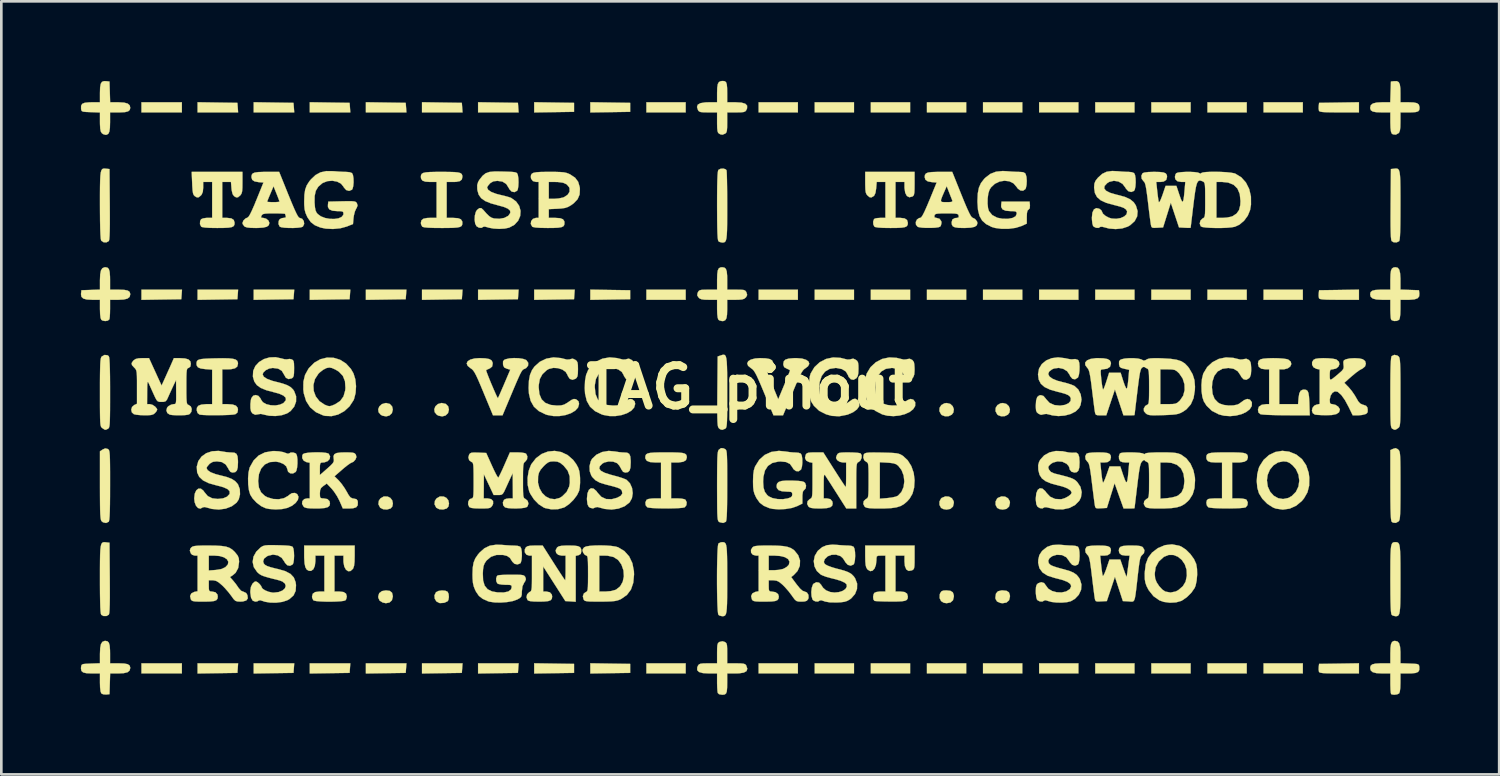
<source format=kicad_pcb>
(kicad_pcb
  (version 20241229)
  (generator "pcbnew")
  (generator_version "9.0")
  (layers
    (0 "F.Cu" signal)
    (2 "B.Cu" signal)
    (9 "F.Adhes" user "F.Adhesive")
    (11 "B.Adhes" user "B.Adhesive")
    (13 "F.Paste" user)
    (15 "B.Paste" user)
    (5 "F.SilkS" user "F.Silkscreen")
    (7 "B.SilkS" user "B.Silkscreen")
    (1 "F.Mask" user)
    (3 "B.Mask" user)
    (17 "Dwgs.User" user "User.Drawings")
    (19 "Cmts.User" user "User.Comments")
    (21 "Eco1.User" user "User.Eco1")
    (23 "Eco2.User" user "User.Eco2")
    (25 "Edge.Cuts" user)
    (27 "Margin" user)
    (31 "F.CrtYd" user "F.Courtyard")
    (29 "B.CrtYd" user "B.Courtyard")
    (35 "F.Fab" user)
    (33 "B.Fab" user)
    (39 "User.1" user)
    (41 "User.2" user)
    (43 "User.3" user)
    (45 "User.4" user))
  (footprint "TAG_pinout"
    (layer "F.Cu")
    (at 25.232 11.562)
    (property "Reference" "TAG_pinout" (at 0 0 0) (layer "F.SilkS") (effects (font (size 1.524 1.524) (thickness 0.3))))
    (attr through_hole)
    (fp_poly (pts (xy -21.421 -10.372) (xy -22.945 -10.372) (xy -22.945 -10.753) (xy -21.421 -10.753) (xy -21.421 -10.372)) (stroke (width 0.01) (type solid)) (fill yes) (layer "F.SilkS"))
    (fp_poly (pts (xy -21.421 10.795) (xy -22.945 10.795) (xy -22.945 10.414) (xy -21.421 10.414) (xy -21.421 10.795)) (stroke (width 0.01) (type solid)) (fill yes) (layer "F.SilkS"))
    (fp_poly (pts (xy -6.625 10.435) (xy -6.625 10.774) (xy -8.128 10.797) (xy -8.128 10.412) (xy -6.625 10.435)) (stroke (width 0.01) (type solid)) (fill yes) (layer "F.SilkS"))
    (fp_poly (pts (xy -2.413 -10.372) (xy -3.895 -10.372) (xy -3.895 -10.753) (xy -2.413 -10.753) (xy -2.413 -10.372)) (stroke (width 0.01) (type solid)) (fill yes) (layer "F.SilkS"))
    (fp_poly (pts (xy -2.413 -3.302) (xy -3.895 -3.302) (xy -3.895 -3.683) (xy -2.413 -3.683) (xy -2.413 -3.302)) (stroke (width 0.01) (type solid)) (fill yes) (layer "F.SilkS"))
    (fp_poly (pts (xy -2.413 10.795) (xy -3.895 10.795) (xy -3.895 10.414) (xy -2.413 10.414) (xy -2.413 10.795)) (stroke (width 0.01) (type solid)) (fill yes) (layer "F.SilkS"))
    (fp_poly (pts (xy 1.82 -10.372) (xy 0.339 -10.372) (xy 0.339 -10.753) (xy 1.82 -10.753) (xy 1.82 -10.372)) (stroke (width 0.01) (type solid)) (fill yes) (layer "F.SilkS"))
    (fp_poly (pts (xy 1.82 -3.302) (xy 0.339 -3.302) (xy 0.339 -3.683) (xy 1.82 -3.683) (xy 1.82 -3.302)) (stroke (width 0.01) (type solid)) (fill yes) (layer "F.SilkS"))
    (fp_poly (pts (xy 1.82 10.795) (xy 0.339 10.795) (xy 0.339 10.414) (xy 1.82 10.414) (xy 1.82 10.795)) (stroke (width 0.01) (type solid)) (fill yes) (layer "F.SilkS"))
    (fp_poly (pts (xy 3.937 -10.372) (xy 2.455 -10.372) (xy 2.455 -10.753) (xy 3.937 -10.753) (xy 3.937 -10.372)) (stroke (width 0.01) (type solid)) (fill yes) (layer "F.SilkS"))
    (fp_poly (pts (xy 3.937 -3.302) (xy 2.455 -3.302) (xy 2.455 -3.683) (xy 3.937 -3.683) (xy 3.937 -3.302)) (stroke (width 0.01) (type solid)) (fill yes) (layer "F.SilkS"))
    (fp_poly (pts (xy 3.937 10.795) (xy 2.455 10.795) (xy 2.455 10.414) (xy 3.937 10.414) (xy 3.937 10.795)) (stroke (width 0.01) (type solid)) (fill yes) (layer "F.SilkS"))
    (fp_poly (pts (xy 6.054 -10.372) (xy 4.572 -10.372) (xy 4.572 -10.753) (xy 6.054 -10.753) (xy 6.054 -10.372)) (stroke (width 0.01) (type solid)) (fill yes) (layer "F.SilkS"))
    (fp_poly (pts (xy 6.054 -3.302) (xy 4.572 -3.302) (xy 4.572 -3.683) (xy 6.054 -3.683) (xy 6.054 -3.302)) (stroke (width 0.01) (type solid)) (fill yes) (layer "F.SilkS"))
    (fp_poly (pts (xy 6.054 10.795) (xy 4.572 10.795) (xy 4.572 10.414) (xy 6.054 10.414) (xy 6.054 10.795)) (stroke (width 0.01) (type solid)) (fill yes) (layer "F.SilkS"))
    (fp_poly (pts (xy 8.17 -10.372) (xy 6.689 -10.372) (xy 6.689 -10.753) (xy 8.17 -10.753) (xy 8.17 -10.372)) (stroke (width 0.01) (type solid)) (fill yes) (layer "F.SilkS"))
    (fp_poly (pts (xy 8.17 -3.302) (xy 6.689 -3.302) (xy 6.689 -3.683) (xy 8.17 -3.683) (xy 8.17 -3.302)) (stroke (width 0.01) (type solid)) (fill yes) (layer "F.SilkS"))
    (fp_poly (pts (xy 8.17 10.795) (xy 6.689 10.795) (xy 6.689 10.414) (xy 8.17 10.414) (xy 8.17 10.795)) (stroke (width 0.01) (type solid)) (fill yes) (layer "F.SilkS"))
    (fp_poly (pts (xy 10.287 -10.372) (xy 8.805 -10.372) (xy 8.805 -10.753) (xy 10.287 -10.753) (xy 10.287 -10.372)) (stroke (width 0.01) (type solid)) (fill yes) (layer "F.SilkS"))
    (fp_poly (pts (xy 10.287 -3.302) (xy 8.805 -3.302) (xy 8.805 -3.683) (xy 10.287 -3.683) (xy 10.287 -3.302)) (stroke (width 0.01) (type solid)) (fill yes) (layer "F.SilkS"))
    (fp_poly (pts (xy 10.287 10.795) (xy 8.805 10.795) (xy 8.805 10.414) (xy 10.287 10.414) (xy 10.287 10.795)) (stroke (width 0.01) (type solid)) (fill yes) (layer "F.SilkS"))
    (fp_poly (pts (xy 12.404 -10.372) (xy 10.922 -10.372) (xy 10.922 -10.753) (xy 12.404 -10.753) (xy 12.404 -10.372)) (stroke (width 0.01) (type solid)) (fill yes) (layer "F.SilkS"))
    (fp_poly (pts (xy 12.404 -3.302) (xy 10.922 -3.302) (xy 10.922 -3.683) (xy 12.404 -3.683) (xy 12.404 -3.302)) (stroke (width 0.01) (type solid)) (fill yes) (layer "F.SilkS"))
    (fp_poly (pts (xy 12.404 10.795) (xy 10.922 10.795) (xy 10.922 10.414) (xy 12.404 10.414) (xy 12.404 10.795)) (stroke (width 0.01) (type solid)) (fill yes) (layer "F.SilkS"))
    (fp_poly (pts (xy 14.52 -10.372) (xy 13.039 -10.372) (xy 13.039 -10.753) (xy 14.52 -10.753) (xy 14.52 -10.372)) (stroke (width 0.01) (type solid)) (fill yes) (layer "F.SilkS"))
    (fp_poly (pts (xy 14.52 -3.302) (xy 13.039 -3.302) (xy 13.039 -3.683) (xy 14.52 -3.683) (xy 14.52 -3.302)) (stroke (width 0.01) (type solid)) (fill yes) (layer "F.SilkS"))
    (fp_poly (pts (xy 14.52 10.795) (xy 13.039 10.795) (xy 13.039 10.414) (xy 14.52 10.414) (xy 14.52 10.795)) (stroke (width 0.01) (type solid)) (fill yes) (layer "F.SilkS"))
    (fp_poly (pts (xy 16.637 -10.372) (xy 15.155 -10.372) (xy 15.155 -10.753) (xy 16.637 -10.753) (xy 16.637 -10.372)) (stroke (width 0.01) (type solid)) (fill yes) (layer "F.SilkS"))
    (fp_poly (pts (xy 16.637 -3.302) (xy 15.155 -3.302) (xy 15.155 -3.683) (xy 16.637 -3.683) (xy 16.637 -3.302)) (stroke (width 0.01) (type solid)) (fill yes) (layer "F.SilkS"))
    (fp_poly (pts (xy 16.637 10.795) (xy 15.155 10.795) (xy 15.155 10.414) (xy 16.637 10.414) (xy 16.637 10.795)) (stroke (width 0.01) (type solid)) (fill yes) (layer "F.SilkS"))
    (fp_poly (pts (xy 18.754 -10.372) (xy 17.272 -10.372) (xy 17.272 -10.753) (xy 18.754 -10.753) (xy 18.754 -10.372)) (stroke (width 0.01) (type solid)) (fill yes) (layer "F.SilkS"))
    (fp_poly (pts (xy 18.754 -3.302) (xy 17.272 -3.302) (xy 17.272 -3.683) (xy 18.754 -3.683) (xy 18.754 -3.302)) (stroke (width 0.01) (type solid)) (fill yes) (layer "F.SilkS"))
    (fp_poly (pts (xy 18.754 10.795) (xy 17.272 10.795) (xy 17.272 10.414) (xy 18.754 10.414) (xy 18.754 10.795)) (stroke (width 0.01) (type solid)) (fill yes) (layer "F.SilkS"))
    (fp_poly (pts (xy 20.87 -10.372) (xy 19.389 -10.372) (xy 19.389 -10.753) (xy 20.87 -10.753) (xy 20.87 -10.372)) (stroke (width 0.01) (type solid)) (fill yes) (layer "F.SilkS"))
    (fp_poly (pts (xy 20.87 -3.302) (xy 19.389 -3.302) (xy 19.389 -3.683) (xy 20.87 -3.683) (xy 20.87 -3.302)) (stroke (width 0.01) (type solid)) (fill yes) (layer "F.SilkS"))
    (fp_poly (pts (xy 20.87 10.795) (xy 19.389 10.795) (xy 19.389 10.414) (xy 20.87 10.414) (xy 20.87 10.795)) (stroke (width 0.01) (type solid)) (fill yes) (layer "F.SilkS"))
    (fp_poly (pts (xy -19.312 -3.503) (xy -19.325 -3.323) (xy -20.828 -3.3) (xy -20.828 -3.683) (xy -19.299 -3.683) (xy -19.312 -3.503)) (stroke (width 0.01) (type solid)) (fill yes) (layer "F.SilkS"))
    (fp_poly (pts (xy -19.312 10.594) (xy -19.325 10.774) (xy -20.828 10.797) (xy -20.828 10.414) (xy -19.299 10.414) (xy -19.312 10.594)) (stroke (width 0.01) (type solid)) (fill yes) (layer "F.SilkS"))
    (fp_poly (pts (xy -12.962 -3.503) (xy -12.975 -3.323) (xy -14.478 -3.3) (xy -14.478 -3.683) (xy -12.949 -3.683) (xy -12.962 -3.503)) (stroke (width 0.01) (type solid)) (fill yes) (layer "F.SilkS"))
    (fp_poly (pts (xy -12.962 10.594) (xy -12.975 10.774) (xy -14.478 10.797) (xy -14.478 10.414) (xy -12.949 10.414) (xy -12.962 10.594)) (stroke (width 0.01) (type solid)) (fill yes) (layer "F.SilkS"))
    (fp_poly (pts (xy -7.377 -10.743) (xy -6.625 -10.732) (xy -6.625 -10.393) (xy -8.128 -10.37) (xy -8.128 -10.755) (xy -7.377 -10.743)) (stroke (width 0.01) (type solid)) (fill yes) (layer "F.SilkS"))
    (fp_poly (pts (xy -6.612 -3.503) (xy -6.625 -3.323) (xy -8.128 -3.3) (xy -8.128 -3.683) (xy -6.599 -3.683) (xy -6.612 -3.503)) (stroke (width 0.01) (type solid)) (fill yes) (layer "F.SilkS"))
    (fp_poly (pts (xy -21.429 -3.503) (xy -21.442 -3.323) (xy -22.193 -3.312) (xy -22.945 -3.3) (xy -22.945 -3.683) (xy -21.416 -3.683) (xy -21.429 -3.503)) (stroke (width 0.01) (type solid)) (fill yes) (layer "F.SilkS"))
    (fp_poly (pts (xy -20.077 -10.743) (xy -19.325 -10.732) (xy -19.312 -10.552) (xy -19.299 -10.372) (xy -20.828 -10.372) (xy -20.828 -10.755) (xy -20.077 -10.743)) (stroke (width 0.01) (type solid)) (fill yes) (layer "F.SilkS"))
    (fp_poly (pts (xy -17.96 -10.743) (xy -17.209 -10.732) (xy -17.195 -10.552) (xy -17.182 -10.372) (xy -18.711 -10.372) (xy -18.711 -10.755) (xy -17.96 -10.743)) (stroke (width 0.01) (type solid)) (fill yes) (layer "F.SilkS"))
    (fp_poly (pts (xy -17.195 -3.503) (xy -17.209 -3.323) (xy -17.96 -3.312) (xy -18.711 -3.3) (xy -18.711 -3.683) (xy -17.182 -3.683) (xy -17.195 -3.503)) (stroke (width 0.01) (type solid)) (fill yes) (layer "F.SilkS"))
    (fp_poly (pts (xy -17.195 10.594) (xy -17.209 10.774) (xy -17.96 10.785) (xy -18.711 10.797) (xy -18.711 10.414) (xy -17.182 10.414) (xy -17.195 10.594)) (stroke (width 0.01) (type solid)) (fill yes) (layer "F.SilkS"))
    (fp_poly (pts (xy -15.843 -10.743) (xy -15.092 -10.732) (xy -15.079 -10.552) (xy -15.066 -10.372) (xy -16.595 -10.372) (xy -16.595 -10.755) (xy -15.843 -10.743)) (stroke (width 0.01) (type solid)) (fill yes) (layer "F.SilkS"))
    (fp_poly (pts (xy -15.079 -3.503) (xy -15.092 -3.323) (xy -15.843 -3.312) (xy -16.595 -3.3) (xy -16.595 -3.683) (xy -15.066 -3.683) (xy -15.079 -3.503)) (stroke (width 0.01) (type solid)) (fill yes) (layer "F.SilkS"))
    (fp_poly (pts (xy -15.079 10.594) (xy -15.092 10.774) (xy -15.843 10.785) (xy -16.595 10.797) (xy -16.595 10.414) (xy -15.066 10.414) (xy -15.079 10.594)) (stroke (width 0.01) (type solid)) (fill yes) (layer "F.SilkS"))
    (fp_poly (pts (xy -13.727 -10.743) (xy -12.975 -10.732) (xy -12.962 -10.552) (xy -12.949 -10.372) (xy -14.478 -10.372) (xy -14.478 -10.755) (xy -13.727 -10.743)) (stroke (width 0.01) (type solid)) (fill yes) (layer "F.SilkS"))
    (fp_poly (pts (xy -11.61 -10.743) (xy -10.858 -10.732) (xy -10.845 -10.552) (xy -10.832 -10.372) (xy -12.361 -10.372) (xy -12.361 -10.755) (xy -11.61 -10.743)) (stroke (width 0.01) (type solid)) (fill yes) (layer "F.SilkS"))
    (fp_poly (pts (xy -10.845 -3.503) (xy -10.858 -3.323) (xy -11.61 -3.312) (xy -12.361 -3.3) (xy -12.361 -3.683) (xy -10.832 -3.683) (xy -10.845 -3.503)) (stroke (width 0.01) (type solid)) (fill yes) (layer "F.SilkS"))
    (fp_poly (pts (xy -10.845 10.594) (xy -10.858 10.774) (xy -11.61 10.785) (xy -12.361 10.797) (xy -12.361 10.414) (xy -10.832 10.414) (xy -10.845 10.594)) (stroke (width 0.01) (type solid)) (fill yes) (layer "F.SilkS"))
    (fp_poly (pts (xy -9.493 -10.743) (xy -8.742 -10.732) (xy -8.729 -10.552) (xy -8.716 -10.372) (xy -10.245 -10.372) (xy -10.245 -10.755) (xy -9.493 -10.743)) (stroke (width 0.01) (type solid)) (fill yes) (layer "F.SilkS"))
    (fp_poly (pts (xy -8.729 -3.503) (xy -8.742 -3.323) (xy -9.493 -3.312) (xy -10.245 -3.3) (xy -10.245 -3.683) (xy -8.716 -3.683) (xy -8.729 -3.503)) (stroke (width 0.01) (type solid)) (fill yes) (layer "F.SilkS"))
    (fp_poly (pts (xy -8.729 10.594) (xy -8.742 10.774) (xy -9.493 10.785) (xy -10.245 10.797) (xy -10.245 10.414) (xy -8.716 10.414) (xy -8.729 10.594)) (stroke (width 0.01) (type solid)) (fill yes) (layer "F.SilkS"))
    (fp_poly (pts (xy -5.26 -10.743) (xy -4.508 -10.732) (xy -4.508 -10.393) (xy -5.26 -10.381) (xy -6.011 -10.37) (xy -6.011 -10.755) (xy -5.26 -10.743)) (stroke (width 0.01) (type solid)) (fill yes) (layer "F.SilkS"))
    (fp_poly (pts (xy -5.26 -3.673) (xy -4.508 -3.662) (xy -4.508 -3.323) (xy -5.26 -3.312) (xy -6.011 -3.3) (xy -6.011 -3.685) (xy -5.26 -3.673)) (stroke (width 0.01) (type solid)) (fill yes) (layer "F.SilkS"))
    (fp_poly (pts (xy -5.26 10.424) (xy -4.508 10.435) (xy -4.508 10.774) (xy -5.26 10.785) (xy -6.011 10.797) (xy -6.011 10.412) (xy -5.26 10.424)) (stroke (width 0.01) (type solid)) (fill yes) (layer "F.SilkS"))
    (fp_poly (pts (xy 22.987 -10.372) (xy 22.245 -10.372) (xy 21.968 -10.373) (xy 21.765 -10.377) (xy 21.625 -10.385) (xy 21.538 -10.398) (xy 21.492 -10.416) (xy 21.48 -10.432) (xy 21.467 -10.517) (xy 21.47 -10.612) (xy 21.484 -10.732) (xy 22.236 -10.743) (xy 22.987 -10.755) (xy 22.987 -10.372)) (stroke (width 0.01) (type solid)) (fill yes) (layer "F.SilkS"))
    (fp_poly (pts (xy 22.987 -3.302) (xy 22.245 -3.302) (xy 21.968 -3.303) (xy 21.765 -3.307) (xy 21.625 -3.315) (xy 21.538 -3.328) (xy 21.492 -3.346) (xy 21.48 -3.362) (xy 21.467 -3.447) (xy 21.47 -3.542) (xy 21.484 -3.662) (xy 22.236 -3.673) (xy 22.987 -3.685) (xy 22.987 -3.302)) (stroke (width 0.01) (type solid)) (fill yes) (layer "F.SilkS"))
    (fp_poly (pts (xy 22.987 10.795) (xy 22.245 10.795) (xy 21.968 10.794) (xy 21.765 10.79) (xy 21.625 10.782) (xy 21.538 10.769) (xy 21.492 10.751) (xy 21.48 10.735) (xy 21.467 10.65) (xy 21.47 10.555) (xy 21.484 10.435) (xy 22.236 10.424) (xy 22.987 10.412) (xy 22.987 10.795)) (stroke (width 0.01) (type solid)) (fill yes) (layer "F.SilkS"))
    (fp_poly (pts (xy -13.657 4.122) (xy -13.556 4.172) (xy -13.485 4.263) (xy -13.459 4.381) (xy -13.479 4.495) (xy -13.544 4.571) (xy -13.682 4.611) (xy -13.824 4.601) (xy -13.935 4.545) (xy -13.942 4.537) (xy -14.006 4.412) (xy -13.99 4.281) (xy -13.928 4.191) (xy -13.801 4.117) (xy -13.657 4.122)) (stroke (width 0.01) (type solid)) (fill yes) (layer "F.SilkS"))
    (fp_poly (pts (xy -13.574 7.682) (xy -13.492 7.749) (xy -13.462 7.873) (xy -13.462 7.898) (xy -13.496 8.034) (xy -13.589 8.12) (xy -13.724 8.145) (xy -13.843 8.12) (xy -13.959 8.05) (xy -14.008 7.942) (xy -14.012 7.888) (xy -13.976 7.767) (xy -13.873 7.689) (xy -13.721 7.662) (xy -13.574 7.682)) (stroke (width 0.01) (type solid)) (fill yes) (layer "F.SilkS"))
    (fp_poly (pts (xy -13.573 0.629) (xy -13.486 0.727) (xy -13.462 0.843) (xy -13.497 0.975) (xy -13.588 1.063) (xy -13.714 1.098) (xy -13.854 1.071) (xy -13.918 1.035) (xy -14 0.938) (xy -14.013 0.825) (xy -13.968 0.718) (xy -13.873 0.634) (xy -13.738 0.594) (xy -13.71 0.593) (xy -13.573 0.629)) (stroke (width 0.01) (type solid)) (fill yes) (layer "F.SilkS"))
    (fp_poly (pts (xy -11.541 4.122) (xy -11.439 4.172) (xy -11.368 4.263) (xy -11.342 4.381) (xy -11.362 4.495) (xy -11.427 4.571) (xy -11.565 4.611) (xy -11.708 4.601) (xy -11.818 4.545) (xy -11.826 4.537) (xy -11.889 4.412) (xy -11.873 4.281) (xy -11.811 4.191) (xy -11.684 4.117) (xy -11.541 4.122)) (stroke (width 0.01) (type solid)) (fill yes) (layer "F.SilkS"))
    (fp_poly (pts (xy -11.464 0.626) (xy -11.373 0.719) (xy -11.345 0.843) (xy -11.38 0.975) (xy -11.471 1.063) (xy -11.597 1.098) (xy -11.737 1.071) (xy -11.802 1.035) (xy -11.883 0.937) (xy -11.897 0.823) (xy -11.853 0.714) (xy -11.76 0.631) (xy -11.627 0.593) (xy -11.61 0.593) (xy -11.464 0.626)) (stroke (width 0.01) (type solid)) (fill yes) (layer "F.SilkS"))
    (fp_poly (pts (xy 7.569 0.626) (xy 7.661 0.712) (xy 7.704 0.827) (xy 7.687 0.948) (xy 7.627 1.031) (xy 7.511 1.088) (xy 7.374 1.094) (xy 7.253 1.049) (xy 7.224 1.023) (xy 7.159 0.9) (xy 7.165 0.775) (xy 7.232 0.67) (xy 7.35 0.604) (xy 7.437 0.593) (xy 7.569 0.626)) (stroke (width 0.01) (type solid)) (fill yes) (layer "F.SilkS"))
    (fp_poly (pts (xy 9.685 0.626) (xy 9.778 0.712) (xy 9.82 0.827) (xy 9.804 0.948) (xy 9.744 1.031) (xy 9.628 1.088) (xy 9.49 1.094) (xy 9.37 1.049) (xy 9.341 1.023) (xy 9.276 0.9) (xy 9.282 0.775) (xy 9.349 0.67) (xy 9.467 0.604) (xy 9.554 0.593) (xy 9.685 0.626)) (stroke (width 0.01) (type solid)) (fill yes) (layer "F.SilkS"))
    (fp_poly (pts (xy 7.52 4.124) (xy 7.631 4.186) (xy 7.696 4.294) (xy 7.705 4.36) (xy 7.671 4.5) (xy 7.573 4.587) (xy 7.429 4.614) (xy 7.311 4.595) (xy 7.222 4.549) (xy 7.221 4.548) (xy 7.162 4.437) (xy 7.162 4.308) (xy 7.22 4.197) (xy 7.248 4.172) (xy 7.385 4.116) (xy 7.52 4.124)) (stroke (width 0.01) (type solid)) (fill yes) (layer "F.SilkS"))
    (fp_poly (pts (xy 7.576 7.679) (xy 7.666 7.735) (xy 7.702 7.842) (xy 7.705 7.898) (xy 7.671 8.035) (xy 7.577 8.119) (xy 7.432 8.145) (xy 7.324 8.129) (xy 7.223 8.066) (xy 7.168 7.953) (xy 7.171 7.819) (xy 7.188 7.77) (xy 7.234 7.7) (xy 7.305 7.669) (xy 7.42 7.662) (xy 7.576 7.679)) (stroke (width 0.01) (type solid)) (fill yes) (layer "F.SilkS"))
    (fp_poly (pts (xy 9.636 4.124) (xy 9.747 4.186) (xy 9.813 4.294) (xy 9.821 4.36) (xy 9.787 4.5) (xy 9.69 4.587) (xy 9.546 4.614) (xy 9.427 4.595) (xy 9.339 4.549) (xy 9.338 4.548) (xy 9.279 4.437) (xy 9.279 4.308) (xy 9.336 4.197) (xy 9.365 4.172) (xy 9.502 4.116) (xy 9.636 4.124)) (stroke (width 0.01) (type solid)) (fill yes) (layer "F.SilkS"))
    (fp_poly (pts (xy 9.694 7.679) (xy 9.783 7.736) (xy 9.819 7.845) (xy 9.821 7.898) (xy 9.787 8.035) (xy 9.691 8.12) (xy 9.546 8.146) (xy 9.461 8.136) (xy 9.334 8.081) (xy 9.275 7.979) (xy 9.271 7.93) (xy 9.294 7.781) (xy 9.369 7.695) (xy 9.506 7.663) (xy 9.539 7.662) (xy 9.694 7.679)) (stroke (width 0.01) (type solid)) (fill yes) (layer "F.SilkS"))
    (fp_poly (pts (xy -11.483 7.674) (xy -11.396 7.713) (xy -11.357 7.796) (xy -11.347 7.913) (xy -11.365 8.022) (xy -11.398 8.074) (xy -11.525 8.131) (xy -11.678 8.141) (xy -11.705 8.137) (xy -11.817 8.079) (xy -11.881 7.973) (xy -11.891 7.85) (xy -11.836 7.736) (xy -11.829 7.729) (xy -11.738 7.683) (xy -11.61 7.664) (xy -11.483 7.674)) (stroke (width 0.01) (type solid)) (fill yes) (layer "F.SilkS"))
    (fp_poly (pts (xy -24.27 -8.247) (xy -24.151 -8.234) (xy -24.14 -6.905) (xy -24.138 -6.491) (xy -24.138 -6.156) (xy -24.142 -5.897) (xy -24.149 -5.708) (xy -24.159 -5.586) (xy -24.173 -5.525) (xy -24.177 -5.519) (xy -24.266 -5.468) (xy -24.372 -5.472) (xy -24.457 -5.527) (xy -24.467 -5.543) (xy -24.481 -5.611) (xy -24.492 -5.759) (xy -24.501 -5.98) (xy -24.507 -6.27) (xy -24.51 -6.622) (xy -24.511 -6.892) (xy -24.511 -7.27) (xy -24.509 -7.572) (xy -24.504 -7.806) (xy -24.495 -7.981) (xy -24.48 -8.104) (xy -24.457 -8.184) (xy -24.426 -8.231) (xy -24.384 -8.251) (xy -24.33 -8.253) (xy -24.27 -8.247)) (stroke (width 0.01) (type solid)) (fill yes) (layer "F.SilkS"))
    (fp_poly (pts (xy -24.272 5.849) (xy -24.27 5.85) (xy -24.151 5.863) (xy -24.14 7.192) (xy -24.138 7.606) (xy -24.138 7.941) (xy -24.142 8.2) (xy -24.149 8.389) (xy -24.159 8.511) (xy -24.173 8.572) (xy -24.177 8.578) (xy -24.266 8.628) (xy -24.378 8.628) (xy -24.46 8.585) (xy -24.476 8.544) (xy -24.488 8.451) (xy -24.498 8.301) (xy -24.504 8.087) (xy -24.509 7.803) (xy -24.511 7.443) (xy -24.511 7.236) (xy -24.511 6.853) (xy -24.509 6.546) (xy -24.505 6.308) (xy -24.496 6.13) (xy -24.481 6.003) (xy -24.46 5.919) (xy -24.429 5.87) (xy -24.389 5.847) (xy -24.337 5.843) (xy -24.272 5.849)) (stroke (width 0.01) (type solid)) (fill yes) (layer "F.SilkS"))
    (fp_poly (pts (xy 24.43 -8.25) (xy 24.471 -8.228) (xy 24.501 -8.18) (xy 24.523 -8.098) (xy 24.538 -7.972) (xy 24.547 -7.795) (xy 24.551 -7.559) (xy 24.553 -7.254) (xy 24.553 -6.874) (xy 24.553 -6.861) (xy 24.552 -6.462) (xy 24.549 -6.142) (xy 24.544 -5.894) (xy 24.536 -5.713) (xy 24.525 -5.592) (xy 24.511 -5.526) (xy 24.503 -5.512) (xy 24.408 -5.467) (xy 24.296 -5.472) (xy 24.219 -5.519) (xy 24.205 -5.568) (xy 24.193 -5.677) (xy 24.186 -5.851) (xy 24.181 -6.094) (xy 24.18 -6.412) (xy 24.182 -6.809) (xy 24.182 -6.905) (xy 24.194 -8.234) (xy 24.312 -8.247) (xy 24.378 -8.254) (xy 24.43 -8.25)) (stroke (width 0.01) (type solid)) (fill yes) (layer "F.SilkS"))
    (fp_poly (pts (xy -24.225 2.323) (xy -24.218 2.327) (xy -24.193 2.342) (xy -24.174 2.366) (xy -24.159 2.406) (xy -24.148 2.473) (xy -24.14 2.575) (xy -24.135 2.721) (xy -24.132 2.92) (xy -24.13 3.182) (xy -24.13 3.515) (xy -24.13 3.697) (xy -24.131 4.1) (xy -24.134 4.424) (xy -24.139 4.676) (xy -24.147 4.861) (xy -24.158 4.985) (xy -24.172 5.054) (xy -24.181 5.072) (xy -24.281 5.119) (xy -24.393 5.095) (xy -24.444 5.056) (xy -24.464 5.027) (xy -24.479 4.979) (xy -24.49 4.9) (xy -24.499 4.784) (xy -24.505 4.62) (xy -24.508 4.399) (xy -24.51 4.113) (xy -24.511 3.752) (xy -24.511 3.702) (xy -24.511 2.415) (xy -24.408 2.347) (xy -24.312 2.304) (xy -24.225 2.323)) (stroke (width 0.01) (type solid)) (fill yes) (layer "F.SilkS"))
    (fp_poly (pts (xy 24.448 2.331) (xy 24.468 2.349) (xy 24.493 2.375) (xy 24.512 2.408) (xy 24.526 2.459) (xy 24.537 2.537) (xy 24.544 2.651) (xy 24.549 2.811) (xy 24.552 3.027) (xy 24.553 3.307) (xy 24.553 3.661) (xy 24.553 3.708) (xy 24.553 4.077) (xy 24.551 4.371) (xy 24.548 4.599) (xy 24.542 4.768) (xy 24.534 4.89) (xy 24.523 4.972) (xy 24.508 5.023) (xy 24.489 5.054) (xy 24.487 5.056) (xy 24.38 5.116) (xy 24.271 5.105) (xy 24.223 5.072) (xy 24.208 5.031) (xy 24.195 4.939) (xy 24.186 4.789) (xy 24.179 4.577) (xy 24.175 4.295) (xy 24.173 3.938) (xy 24.172 3.695) (xy 24.172 2.369) (xy 24.278 2.321) (xy 24.371 2.295) (xy 24.448 2.331)) (stroke (width 0.01) (type solid)) (fill yes) (layer "F.SilkS"))
    (fp_poly (pts (xy -0.934 -1.216) (xy -0.902 -1.172) (xy -0.88 -1.091) (xy -0.864 -0.964) (xy -0.855 -0.786) (xy -0.849 -0.546) (xy -0.847 -0.239) (xy -0.847 0.145) (xy -0.847 0.194) (xy -0.847 0.565) (xy -0.848 0.859) (xy -0.85 1.088) (xy -0.854 1.258) (xy -0.861 1.38) (xy -0.871 1.462) (xy -0.884 1.514) (xy -0.901 1.544) (xy -0.922 1.561) (xy -0.929 1.565) (xy -1.034 1.605) (xy -1.113 1.583) (xy -1.162 1.542) (xy -1.181 1.514) (xy -1.196 1.468) (xy -1.207 1.395) (xy -1.214 1.285) (xy -1.219 1.13) (xy -1.221 0.92) (xy -1.221 0.647) (xy -1.219 0.302) (xy -1.218 0.156) (xy -1.206 -1.162) (xy -1.093 -1.202) (xy -1.027 -1.223) (xy -0.975 -1.23) (xy -0.934 -1.216)) (stroke (width 0.01) (type solid)) (fill yes) (layer "F.SilkS"))
    (fp_poly (pts (xy -0.901 -8.222) (xy -0.872 -8.188) (xy -0.866 -8.13) (xy -0.86 -7.999) (xy -0.855 -7.805) (xy -0.851 -7.559) (xy -0.848 -7.273) (xy -0.847 -6.957) (xy -0.847 -6.842) (xy -0.847 -6.464) (xy -0.849 -6.162) (xy -0.853 -5.928) (xy -0.862 -5.752) (xy -0.875 -5.627) (xy -0.895 -5.545) (xy -0.922 -5.495) (xy -0.958 -5.47) (xy -1.003 -5.462) (xy -1.037 -5.461) (xy -1.134 -5.484) (xy -1.177 -5.512) (xy -1.192 -5.553) (xy -1.205 -5.646) (xy -1.214 -5.796) (xy -1.221 -6.011) (xy -1.225 -6.295) (xy -1.227 -6.654) (xy -1.228 -6.858) (xy -1.227 -7.257) (xy -1.224 -7.577) (xy -1.218 -7.824) (xy -1.21 -8.005) (xy -1.199 -8.125) (xy -1.185 -8.19) (xy -1.177 -8.204) (xy -1.093 -8.246) (xy -0.988 -8.252) (xy -0.901 -8.222)) (stroke (width 0.01) (type solid)) (fill yes) (layer "F.SilkS"))
    (fp_poly (pts (xy -0.985 5.845) (xy -0.944 5.858) (xy -0.912 5.89) (xy -0.887 5.951) (xy -0.87 6.048) (xy -0.859 6.189) (xy -0.852 6.384) (xy -0.848 6.64) (xy -0.847 6.967) (xy -0.847 7.239) (xy -0.847 7.619) (xy -0.849 7.924) (xy -0.853 8.16) (xy -0.862 8.338) (xy -0.875 8.465) (xy -0.894 8.549) (xy -0.921 8.6) (xy -0.956 8.626) (xy -1 8.635) (xy -1.037 8.636) (xy -1.134 8.613) (xy -1.177 8.585) (xy -1.192 8.529) (xy -1.205 8.4) (xy -1.215 8.213) (xy -1.223 7.979) (xy -1.228 7.711) (xy -1.231 7.423) (xy -1.231 7.127) (xy -1.229 6.836) (xy -1.224 6.562) (xy -1.217 6.319) (xy -1.208 6.119) (xy -1.195 5.975) (xy -1.181 5.899) (xy -1.177 5.893) (xy -1.094 5.85) (xy -1.037 5.842) (xy -0.985 5.845)) (stroke (width 0.01) (type solid)) (fill yes) (layer "F.SilkS"))
    (fp_poly (pts (xy 24.415 5.845) (xy 24.456 5.858) (xy 24.488 5.89) (xy 24.513 5.951) (xy 24.53 6.048) (xy 24.541 6.189) (xy 24.548 6.384) (xy 24.552 6.64) (xy 24.553 6.967) (xy 24.553 7.239) (xy 24.553 7.619) (xy 24.551 7.924) (xy 24.547 8.16) (xy 24.538 8.338) (xy 24.525 8.465) (xy 24.506 8.549) (xy 24.479 8.6) (xy 24.444 8.626) (xy 24.4 8.635) (xy 24.363 8.636) (xy 24.266 8.613) (xy 24.223 8.585) (xy 24.208 8.544) (xy 24.195 8.451) (xy 24.186 8.301) (xy 24.179 8.086) (xy 24.175 7.802) (xy 24.173 7.443) (xy 24.172 7.239) (xy 24.173 6.859) (xy 24.174 6.554) (xy 24.179 6.318) (xy 24.187 6.14) (xy 24.2 6.013) (xy 24.22 5.929) (xy 24.246 5.878) (xy 24.281 5.852) (xy 24.326 5.843) (xy 24.363 5.842) (xy 24.415 5.845)) (stroke (width 0.01) (type solid)) (fill yes) (layer "F.SilkS"))
    (fp_poly (pts (xy -0.994 2.3) (xy -0.929 2.33) (xy -0.906 2.346) (xy -0.887 2.372) (xy -0.873 2.417) (xy -0.863 2.491) (xy -0.856 2.602) (xy -0.851 2.759) (xy -0.848 2.972) (xy -0.847 3.25) (xy -0.847 3.601) (xy -0.847 3.697) (xy -0.848 4.1) (xy -0.851 4.424) (xy -0.856 4.676) (xy -0.864 4.861) (xy -0.875 4.985) (xy -0.888 5.054) (xy -0.897 5.072) (xy -0.999 5.118) (xy -1.127 5.091) (xy -1.154 5.077) (xy -1.174 5.059) (xy -1.191 5.027) (xy -1.204 4.971) (xy -1.213 4.882) (xy -1.22 4.753) (xy -1.224 4.572) (xy -1.226 4.332) (xy -1.227 4.024) (xy -1.228 3.726) (xy -1.227 3.353) (xy -1.225 3.055) (xy -1.222 2.824) (xy -1.217 2.651) (xy -1.209 2.526) (xy -1.198 2.442) (xy -1.183 2.388) (xy -1.165 2.357) (xy -1.161 2.353) (xy -1.08 2.294) (xy -0.994 2.3)) (stroke (width 0.01) (type solid)) (fill yes) (layer "F.SilkS"))
    (fp_poly (pts (xy 24.435 -1.2) (xy 24.487 -1.161) (xy 24.506 -1.133) (xy 24.521 -1.084) (xy 24.533 -1.006) (xy 24.541 -0.889) (xy 24.547 -0.725) (xy 24.551 -0.504) (xy 24.553 -0.218) (xy 24.553 0.143) (xy 24.553 0.191) (xy 24.553 0.554) (xy 24.552 0.842) (xy 24.55 1.065) (xy 24.546 1.23) (xy 24.539 1.348) (xy 24.53 1.428) (xy 24.516 1.479) (xy 24.497 1.511) (xy 24.473 1.533) (xy 24.459 1.543) (xy 24.378 1.595) (xy 24.322 1.6) (xy 24.248 1.564) (xy 24.246 1.563) (xy 24.226 1.545) (xy 24.209 1.513) (xy 24.196 1.458) (xy 24.187 1.37) (xy 24.18 1.241) (xy 24.176 1.061) (xy 24.174 0.823) (xy 24.173 0.516) (xy 24.172 0.197) (xy 24.173 -0.206) (xy 24.176 -0.53) (xy 24.182 -0.782) (xy 24.19 -0.966) (xy 24.2 -1.09) (xy 24.214 -1.16) (xy 24.223 -1.177) (xy 24.323 -1.224) (xy 24.435 -1.2)) (stroke (width 0.01) (type solid)) (fill yes) (layer "F.SilkS"))
    (fp_poly (pts (xy -24.228 -1.21) (xy -24.181 -1.177) (xy -24.165 -1.136) (xy -24.153 -1.044) (xy -24.144 -0.894) (xy -24.137 -0.682) (xy -24.132 -0.4) (xy -24.13 -0.042) (xy -24.13 0.197) (xy -24.13 0.567) (xy -24.131 0.862) (xy -24.134 1.089) (xy -24.138 1.259) (xy -24.144 1.381) (xy -24.154 1.463) (xy -24.167 1.514) (xy -24.184 1.544) (xy -24.206 1.562) (xy -24.212 1.565) (xy -24.283 1.6) (xy -24.33 1.599) (xy -24.397 1.557) (xy -24.417 1.543) (xy -24.443 1.522) (xy -24.465 1.497) (xy -24.481 1.457) (xy -24.493 1.392) (xy -24.501 1.295) (xy -24.506 1.155) (xy -24.509 0.963) (xy -24.511 0.709) (xy -24.511 0.385) (xy -24.511 0.191) (xy -24.511 -0.179) (xy -24.509 -0.474) (xy -24.505 -0.702) (xy -24.5 -0.872) (xy -24.492 -0.994) (xy -24.48 -1.076) (xy -24.466 -1.128) (xy -24.447 -1.159) (xy -24.444 -1.161) (xy -24.338 -1.221) (xy -24.228 -1.21)) (stroke (width 0.01) (type solid)) (fill yes) (layer "F.SilkS"))
    (fp_poly (pts (xy -24.227 9.583) (xy -24.175 9.637) (xy -24.145 9.744) (xy -24.132 9.915) (xy -24.13 10.041) (xy -24.13 10.414) (xy -23.8 10.414) (xy -23.597 10.421) (xy -23.466 10.446) (xy -23.394 10.494) (xy -23.369 10.57) (xy -23.368 10.589) (xy -23.393 10.687) (xy -23.472 10.751) (xy -23.616 10.785) (xy -23.814 10.795) (xy -24.127 10.795) (xy -24.139 11.187) (xy -24.151 11.578) (xy -24.278 11.591) (xy -24.387 11.583) (xy -24.458 11.55) (xy -24.488 11.475) (xy -24.506 11.324) (xy -24.511 11.146) (xy -24.511 10.795) (xy -24.823 10.795) (xy -25.019 10.787) (xy -25.143 10.758) (xy -25.209 10.701) (xy -25.227 10.608) (xy -25.223 10.554) (xy -25.213 10.496) (xy -25.189 10.46) (xy -25.132 10.44) (xy -25.026 10.43) (xy -24.86 10.423) (xy -24.511 10.411) (xy -24.511 10.055) (xy -24.502 9.836) (xy -24.473 9.688) (xy -24.419 9.603) (xy -24.336 9.569) (xy -24.305 9.567) (xy -24.227 9.583)) (stroke (width 0.01) (type solid)) (fill yes) (layer "F.SilkS"))
    (fp_poly (pts (xy 24.489 -11.512) (xy 24.53 -11.426) (xy 24.55 -11.278) (xy 24.553 -11.107) (xy 24.553 -10.753) (xy 24.862 -10.753) (xy 25.055 -10.746) (xy 25.178 -10.719) (xy 25.246 -10.666) (xy 25.271 -10.579) (xy 25.273 -10.537) (xy 25.263 -10.461) (xy 25.222 -10.412) (xy 25.135 -10.385) (xy 24.989 -10.373) (xy 24.846 -10.372) (xy 24.553 -10.372) (xy 24.553 -10.015) (xy 24.549 -9.818) (xy 24.533 -9.689) (xy 24.503 -9.612) (xy 24.487 -9.592) (xy 24.38 -9.532) (xy 24.271 -9.543) (xy 24.223 -9.576) (xy 24.196 -9.648) (xy 24.178 -9.793) (xy 24.172 -9.999) (xy 24.172 -10.372) (xy 23.842 -10.372) (xy 23.64 -10.379) (xy 23.509 -10.404) (xy 23.437 -10.452) (xy 23.411 -10.528) (xy 23.41 -10.546) (xy 23.435 -10.644) (xy 23.515 -10.708) (xy 23.659 -10.743) (xy 23.856 -10.753) (xy 24.169 -10.753) (xy 24.181 -11.144) (xy 24.194 -11.536) (xy 24.312 -11.549) (xy 24.419 -11.55) (xy 24.489 -11.512)) (stroke (width 0.01) (type solid)) (fill yes) (layer "F.SilkS"))
    (fp_poly (pts (xy -24.27 -11.549) (xy -24.151 -11.536) (xy -24.139 -11.144) (xy -24.127 -10.753) (xy -23.814 -10.753) (xy -23.602 -10.741) (xy -23.464 -10.704) (xy -23.389 -10.638) (xy -23.368 -10.546) (xy -23.386 -10.465) (xy -23.448 -10.412) (xy -23.566 -10.382) (xy -23.753 -10.372) (xy -23.8 -10.372) (xy -24.13 -10.372) (xy -24.13 -9.999) (xy -24.136 -9.787) (xy -24.156 -9.647) (xy -24.195 -9.565) (xy -24.258 -9.529) (xy -24.305 -9.525) (xy -24.393 -9.553) (xy -24.444 -9.592) (xy -24.48 -9.653) (xy -24.501 -9.76) (xy -24.51 -9.928) (xy -24.511 -10.013) (xy -24.511 -10.368) (xy -24.86 -10.381) (xy -25.031 -10.388) (xy -25.136 -10.398) (xy -25.191 -10.419) (xy -25.214 -10.455) (xy -25.223 -10.512) (xy -25.222 -10.623) (xy -25.179 -10.695) (xy -25.082 -10.735) (xy -24.919 -10.751) (xy -24.823 -10.753) (xy -24.511 -10.753) (xy -24.511 -11.107) (xy -24.505 -11.314) (xy -24.482 -11.448) (xy -24.435 -11.524) (xy -24.358 -11.552) (xy -24.27 -11.549)) (stroke (width 0.01) (type solid)) (fill yes) (layer "F.SilkS"))
    (fp_poly (pts (xy -24.227 -4.514) (xy -24.175 -4.46) (xy -24.145 -4.353) (xy -24.132 -4.182) (xy -24.13 -4.056) (xy -24.13 -3.683) (xy -23.8 -3.683) (xy -23.597 -3.676) (xy -23.466 -3.651) (xy -23.394 -3.603) (xy -23.369 -3.527) (xy -23.368 -3.508) (xy -23.392 -3.411) (xy -23.472 -3.347) (xy -23.615 -3.312) (xy -23.816 -3.302) (xy -24.13 -3.302) (xy -24.13 -2.967) (xy -24.133 -2.799) (xy -24.141 -2.659) (xy -24.153 -2.573) (xy -24.156 -2.565) (xy -24.214 -2.515) (xy -24.313 -2.499) (xy -24.414 -2.518) (xy -24.46 -2.548) (xy -24.488 -2.62) (xy -24.505 -2.762) (xy -24.511 -2.951) (xy -24.511 -3.302) (xy -24.799 -3.302) (xy -25.005 -3.312) (xy -25.138 -3.348) (xy -25.209 -3.413) (xy -25.226 -3.513) (xy -25.224 -3.537) (xy -25.209 -3.662) (xy -24.86 -3.674) (xy -24.511 -3.686) (xy -24.511 -4.042) (xy -24.502 -4.261) (xy -24.473 -4.409) (xy -24.419 -4.494) (xy -24.336 -4.528) (xy -24.305 -4.53) (xy -24.227 -4.514)) (stroke (width 0.01) (type solid)) (fill yes) (layer "F.SilkS"))
    (fp_poly (pts (xy 24.452 -4.509) (xy 24.507 -4.439) (xy 24.539 -4.31) (xy 24.553 -4.111) (xy 24.553 -4.026) (xy 24.553 -3.686) (xy 24.903 -3.674) (xy 25.252 -3.662) (xy 25.266 -3.537) (xy 25.258 -3.429) (xy 25.199 -3.358) (xy 25.079 -3.317) (xy 24.888 -3.302) (xy 24.842 -3.302) (xy 24.553 -3.302) (xy 24.553 -2.951) (xy 24.547 -2.754) (xy 24.529 -2.615) (xy 24.503 -2.548) (xy 24.418 -2.506) (xy 24.314 -2.501) (xy 24.226 -2.531) (xy 24.198 -2.565) (xy 24.186 -2.637) (xy 24.177 -2.769) (xy 24.172 -2.933) (xy 24.172 -2.967) (xy 24.172 -3.302) (xy 23.858 -3.302) (xy 23.646 -3.313) (xy 23.507 -3.35) (xy 23.432 -3.416) (xy 23.41 -3.508) (xy 23.428 -3.59) (xy 23.49 -3.643) (xy 23.608 -3.672) (xy 23.795 -3.683) (xy 23.842 -3.683) (xy 24.172 -3.683) (xy 24.172 -4.056) (xy 24.178 -4.265) (xy 24.197 -4.404) (xy 24.236 -4.485) (xy 24.3 -4.523) (xy 24.37 -4.53) (xy 24.452 -4.509)) (stroke (width 0.01) (type solid)) (fill yes) (layer "F.SilkS"))
    (fp_poly (pts (xy 24.44 9.588) (xy 24.502 9.657) (xy 24.538 9.785) (xy 24.553 9.982) (xy 24.553 10.055) (xy 24.553 10.411) (xy 24.903 10.423) (xy 25.074 10.43) (xy 25.178 10.44) (xy 25.233 10.461) (xy 25.256 10.498) (xy 25.265 10.554) (xy 25.264 10.665) (xy 25.221 10.737) (xy 25.124 10.777) (xy 24.961 10.794) (xy 24.866 10.795) (xy 24.553 10.795) (xy 24.553 11.146) (xy 24.547 11.343) (xy 24.529 11.482) (xy 24.503 11.549) (xy 24.425 11.585) (xy 24.318 11.599) (xy 24.225 11.586) (xy 24.201 11.571) (xy 24.188 11.519) (xy 24.178 11.403) (xy 24.173 11.244) (xy 24.172 11.169) (xy 24.172 10.795) (xy 23.858 10.795) (xy 23.646 10.784) (xy 23.507 10.747) (xy 23.432 10.681) (xy 23.41 10.589) (xy 23.428 10.507) (xy 23.49 10.454) (xy 23.608 10.425) (xy 23.795 10.414) (xy 23.842 10.414) (xy 24.172 10.414) (xy 24.172 10.041) (xy 24.178 9.829) (xy 24.198 9.689) (xy 24.237 9.607) (xy 24.3 9.572) (xy 24.347 9.567) (xy 24.44 9.588)) (stroke (width 0.01) (type solid)) (fill yes) (layer "F.SilkS"))
    (fp_poly (pts (xy -11.344 -8.126) (xy -11.141 -8.12) (xy -11.001 -8.106) (xy -10.911 -8.082) (xy -10.862 -8.044) (xy -10.841 -7.991) (xy -10.837 -7.938) (xy -10.859 -7.839) (xy -10.933 -7.779) (xy -11.07 -7.751) (xy -11.184 -7.747) (xy -11.43 -7.747) (xy -11.43 -6.392) (xy -11.184 -6.392) (xy -11.005 -6.38) (xy -10.896 -6.34) (xy -10.845 -6.265) (xy -10.837 -6.202) (xy -10.844 -6.135) (xy -10.87 -6.085) (xy -10.928 -6.051) (xy -11.028 -6.029) (xy -11.182 -6.017) (xy -11.4 -6.012) (xy -11.62 -6.011) (xy -11.916 -6.014) (xy -12.132 -6.022) (xy -12.274 -6.036) (xy -12.346 -6.057) (xy -12.353 -6.062) (xy -12.395 -6.145) (xy -12.404 -6.202) (xy -12.382 -6.3) (xy -12.308 -6.36) (xy -12.171 -6.388) (xy -12.057 -6.392) (xy -11.811 -6.392) (xy -11.811 -7.747) (xy -12.057 -7.747) (xy -12.236 -7.759) (xy -12.345 -7.799) (xy -12.396 -7.875) (xy -12.404 -7.938) (xy -12.397 -8.005) (xy -12.371 -8.054) (xy -12.313 -8.088) (xy -12.213 -8.11) (xy -12.059 -8.122) (xy -11.841 -8.127) (xy -11.62 -8.128) (xy -11.344 -8.126)) (stroke (width 0.01) (type solid)) (fill yes) (layer "F.SilkS"))
    (fp_poly (pts (xy 19.948 -1.096) (xy 20.128 -1.083) (xy 20.266 -1.063) (xy 20.32 -1.046) (xy 20.414 -0.968) (xy 20.436 -0.876) (xy 20.397 -0.787) (xy 20.303 -0.716) (xy 20.165 -0.679) (xy 20.12 -0.677) (xy 19.981 -0.677) (xy 19.981 0.635) (xy 20.691 0.635) (xy 20.71 0.398) (xy 20.737 0.228) (xy 20.789 0.129) (xy 20.874 0.089) (xy 20.913 0.086) (xy 20.992 0.096) (xy 21.047 0.134) (xy 21.082 0.215) (xy 21.103 0.35) (xy 21.116 0.554) (xy 21.118 0.612) (xy 21.132 1.058) (xy 20.25 1.056) (xy 19.979 1.053) (xy 19.733 1.047) (xy 19.525 1.039) (xy 19.37 1.029) (xy 19.282 1.018) (xy 19.272 1.015) (xy 19.198 0.955) (xy 19.177 0.847) (xy 19.213 0.731) (xy 19.319 0.66) (xy 19.493 0.635) (xy 19.497 0.635) (xy 19.6 0.635) (xy 19.6 -0.677) (xy 19.471 -0.677) (xy 19.305 -0.701) (xy 19.208 -0.773) (xy 19.177 -0.892) (xy 19.198 -0.996) (xy 19.273 -1.054) (xy 19.286 -1.059) (xy 19.393 -1.082) (xy 19.555 -1.095) (xy 19.749 -1.1) (xy 19.948 -1.096)) (stroke (width 0.01) (type solid)) (fill yes) (layer "F.SilkS"))
    (fp_poly (pts (xy -19.649 -1.092) (xy -19.493 -1.075) (xy -19.391 -1.046) (xy -19.332 -1) (xy -19.307 -0.936) (xy -19.304 -0.889) (xy -19.33 -0.784) (xy -19.415 -0.717) (xy -19.567 -0.683) (xy -19.709 -0.677) (xy -19.897 -0.677) (xy -19.897 0.635) (xy -19.709 0.635) (xy -19.508 0.649) (xy -19.38 0.693) (xy -19.316 0.772) (xy -19.304 0.847) (xy -19.323 0.951) (xy -19.395 1.01) (xy -19.413 1.017) (xy -19.49 1.03) (xy -19.631 1.041) (xy -19.818 1.048) (xy -20.03 1.052) (xy -20.246 1.053) (xy -20.448 1.051) (xy -20.616 1.044) (xy -20.729 1.034) (xy -20.752 1.03) (xy -20.827 0.971) (xy -20.861 0.866) (xy -20.851 0.767) (xy -20.797 0.695) (xy -20.686 0.653) (xy -20.505 0.636) (xy -20.458 0.636) (xy -20.278 0.635) (xy -20.278 -0.667) (xy -20.535 -0.686) (xy -20.71 -0.71) (xy -20.815 -0.755) (xy -20.863 -0.83) (xy -20.869 -0.889) (xy -20.863 -0.959) (xy -20.836 -1.009) (xy -20.778 -1.044) (xy -20.676 -1.067) (xy -20.518 -1.081) (xy -20.292 -1.09) (xy -20.163 -1.093) (xy -19.869 -1.097) (xy -19.649 -1.092)) (stroke (width 0.01) (type solid)) (fill yes) (layer "F.SilkS"))
    (fp_poly (pts (xy -14.901 6.362) (xy -14.906 6.58) (xy -14.923 6.73) (xy -14.954 6.826) (xy -14.967 6.849) (xy -15.057 6.931) (xy -15.149 6.938) (xy -15.231 6.879) (xy -15.293 6.764) (xy -15.323 6.601) (xy -15.325 6.552) (xy -15.325 6.35) (xy -15.663 6.35) (xy -15.663 7.705) (xy -15.481 7.705) (xy -15.32 7.724) (xy -15.228 7.784) (xy -15.198 7.89) (xy -15.198 7.895) (xy -15.221 7.992) (xy -15.248 8.035) (xy -15.312 8.057) (xy -15.441 8.073) (xy -15.614 8.083) (xy -15.811 8.088) (xy -16.012 8.086) (xy -16.198 8.078) (xy -16.347 8.065) (xy -16.441 8.045) (xy -16.459 8.035) (xy -16.502 7.952) (xy -16.51 7.895) (xy -16.482 7.787) (xy -16.392 7.725) (xy -16.234 7.705) (xy -16.226 7.705) (xy -16.044 7.705) (xy -16.044 6.35) (xy -16.383 6.35) (xy -16.383 6.557) (xy -16.404 6.737) (xy -16.46 6.864) (xy -16.546 6.926) (xy -16.631 6.923) (xy -16.709 6.877) (xy -16.761 6.788) (xy -16.792 6.643) (xy -16.805 6.432) (xy -16.806 6.326) (xy -16.806 5.969) (xy -14.901 5.969) (xy -14.901 6.362)) (stroke (width 0.01) (type solid)) (fill yes) (layer "F.SilkS"))
    (fp_poly (pts (xy -2.878 2.457) (xy -2.675 2.463) (xy -2.535 2.477) (xy -2.445 2.502) (xy -2.396 2.54) (xy -2.374 2.594) (xy -2.371 2.653) (xy -2.403 2.749) (xy -2.504 2.809) (xy -2.678 2.835) (xy -2.749 2.836) (xy -2.963 2.836) (xy -2.963 4.191) (xy -2.718 4.191) (xy -2.575 4.199) (xy -2.465 4.221) (xy -2.421 4.242) (xy -2.375 4.337) (xy -2.385 4.445) (xy -2.446 4.525) (xy -2.453 4.528) (xy -2.527 4.545) (xy -2.667 4.558) (xy -2.852 4.566) (xy -3.065 4.57) (xy -3.285 4.569) (xy -3.495 4.564) (xy -3.674 4.555) (xy -3.804 4.541) (xy -3.863 4.526) (xy -3.923 4.449) (xy -3.933 4.342) (xy -3.89 4.246) (xy -3.886 4.242) (xy -3.818 4.214) (xy -3.696 4.196) (xy -3.59 4.191) (xy -3.344 4.191) (xy -3.344 2.836) (xy -3.559 2.836) (xy -3.756 2.821) (xy -3.88 2.772) (xy -3.934 2.687) (xy -3.937 2.653) (xy -3.931 2.583) (xy -3.906 2.532) (xy -3.85 2.497) (xy -3.753 2.474) (xy -3.603 2.462) (xy -3.388 2.456) (xy -3.154 2.455) (xy -2.878 2.457)) (stroke (width 0.01) (type solid)) (fill yes) (layer "F.SilkS"))
    (fp_poly (pts (xy 18.289 2.457) (xy 18.492 2.463) (xy 18.632 2.477) (xy 18.721 2.502) (xy 18.771 2.54) (xy 18.792 2.594) (xy 18.796 2.653) (xy 18.763 2.749) (xy 18.663 2.809) (xy 18.489 2.835) (xy 18.418 2.836) (xy 18.203 2.836) (xy 18.203 4.191) (xy 18.449 4.191) (xy 18.591 4.199) (xy 18.702 4.221) (xy 18.745 4.242) (xy 18.792 4.337) (xy 18.782 4.445) (xy 18.72 4.525) (xy 18.714 4.528) (xy 18.639 4.545) (xy 18.5 4.558) (xy 18.314 4.566) (xy 18.102 4.57) (xy 17.881 4.569) (xy 17.672 4.564) (xy 17.493 4.555) (xy 17.362 4.541) (xy 17.304 4.526) (xy 17.249 4.456) (xy 17.23 4.356) (xy 17.25 4.263) (xy 17.297 4.217) (xy 17.375 4.202) (xy 17.504 4.193) (xy 17.593 4.191) (xy 17.822 4.191) (xy 17.822 2.836) (xy 17.577 2.836) (xy 17.397 2.824) (xy 17.288 2.784) (xy 17.237 2.709) (xy 17.23 2.646) (xy 17.236 2.579) (xy 17.262 2.529) (xy 17.32 2.495) (xy 17.42 2.473) (xy 17.574 2.461) (xy 17.792 2.456) (xy 18.013 2.455) (xy 18.289 2.457)) (stroke (width 0.01) (type solid)) (fill yes) (layer "F.SilkS"))
    (fp_poly (pts (xy -0.953 -4.516) (xy -0.897 -4.468) (xy -0.864 -4.37) (xy -0.849 -4.211) (xy -0.847 -4.056) (xy -0.847 -3.683) (xy -0.507 -3.683) (xy -0.337 -3.681) (xy -0.232 -3.673) (xy -0.172 -3.651) (xy -0.137 -3.612) (xy -0.119 -3.577) (xy -0.094 -3.484) (xy -0.13 -3.408) (xy -0.148 -3.387) (xy -0.204 -3.341) (xy -0.285 -3.315) (xy -0.411 -3.304) (xy -0.536 -3.302) (xy -0.847 -3.302) (xy -0.847 -2.951) (xy -0.853 -2.745) (xy -0.874 -2.611) (xy -0.917 -2.534) (xy -0.987 -2.501) (xy -1.037 -2.498) (xy -1.134 -2.521) (xy -1.177 -2.548) (xy -1.204 -2.62) (xy -1.222 -2.762) (xy -1.228 -2.951) (xy -1.228 -3.302) (xy -1.539 -3.302) (xy -1.71 -3.306) (xy -1.819 -3.322) (xy -1.89 -3.353) (xy -1.926 -3.387) (xy -1.978 -3.467) (xy -1.966 -3.552) (xy -1.955 -3.577) (xy -1.925 -3.63) (xy -1.883 -3.661) (xy -1.808 -3.677) (xy -1.68 -3.682) (xy -1.567 -3.683) (xy -1.228 -3.683) (xy -1.228 -4.056) (xy -1.222 -4.266) (xy -1.203 -4.405) (xy -1.164 -4.487) (xy -1.1 -4.523) (xy -1.037 -4.53) (xy -0.953 -4.516)) (stroke (width 0.01) (type solid)) (fill yes) (layer "F.SilkS"))
    (fp_poly (pts (xy -0.947 9.604) (xy -0.899 9.632) (xy -0.87 9.672) (xy -0.854 9.744) (xy -0.848 9.867) (xy -0.847 10.032) (xy -0.847 10.414) (xy -0.509 10.414) (xy -0.336 10.417) (xy -0.228 10.428) (xy -0.166 10.451) (xy -0.131 10.491) (xy -0.128 10.496) (xy -0.088 10.617) (xy -0.117 10.706) (xy -0.22 10.763) (xy -0.398 10.791) (xy -0.532 10.795) (xy -0.847 10.795) (xy -0.847 11.13) (xy -0.85 11.335) (xy -0.862 11.471) (xy -0.89 11.55) (xy -0.939 11.588) (xy -1.016 11.599) (xy -1.037 11.599) (xy -1.153 11.579) (xy -1.202 11.532) (xy -1.214 11.46) (xy -1.223 11.328) (xy -1.228 11.164) (xy -1.228 11.13) (xy -1.228 10.795) (xy -1.542 10.795) (xy -1.764 10.782) (xy -1.909 10.741) (xy -1.979 10.671) (xy -1.977 10.568) (xy -1.946 10.496) (xy -1.912 10.454) (xy -1.854 10.429) (xy -1.751 10.417) (xy -1.585 10.414) (xy -1.565 10.414) (xy -1.228 10.414) (xy -1.228 10.034) (xy -1.226 9.851) (xy -1.218 9.734) (xy -1.2 9.665) (xy -1.167 9.625) (xy -1.138 9.607) (xy -1.028 9.581) (xy -0.947 9.604)) (stroke (width 0.01) (type solid)) (fill yes) (layer "F.SilkS"))
    (fp_poly (pts (xy -0.939 -11.548) (xy -0.891 -11.511) (xy -0.863 -11.432) (xy -0.85 -11.298) (xy -0.847 -11.093) (xy -0.847 -11.088) (xy -0.847 -10.753) (xy -0.532 -10.753) (xy -0.31 -10.74) (xy -0.165 -10.699) (xy -0.096 -10.628) (xy -0.097 -10.526) (xy -0.128 -10.454) (xy -0.162 -10.412) (xy -0.221 -10.387) (xy -0.323 -10.375) (xy -0.489 -10.372) (xy -0.509 -10.372) (xy -0.847 -10.372) (xy -0.847 -9.992) (xy -0.849 -9.808) (xy -0.858 -9.689) (xy -0.876 -9.62) (xy -0.909 -9.581) (xy -0.929 -9.569) (xy -1.024 -9.53) (xy -1.103 -9.544) (xy -1.154 -9.571) (xy -1.19 -9.605) (xy -1.212 -9.669) (xy -1.224 -9.779) (xy -1.228 -9.953) (xy -1.228 -9.993) (xy -1.228 -10.372) (xy -1.565 -10.372) (xy -1.738 -10.374) (xy -1.846 -10.385) (xy -1.908 -10.409) (xy -1.943 -10.449) (xy -1.946 -10.454) (xy -1.986 -10.575) (xy -1.957 -10.663) (xy -1.855 -10.72) (xy -1.676 -10.749) (xy -1.542 -10.753) (xy -1.228 -10.753) (xy -1.228 -11.104) (xy -1.222 -11.307) (xy -1.201 -11.441) (xy -1.158 -11.517) (xy -1.086 -11.551) (xy -1.012 -11.557) (xy -0.939 -11.548)) (stroke (width 0.01) (type solid)) (fill yes) (layer "F.SilkS"))
    (fp_poly (pts (xy 20.355 2.428) (xy 20.625 2.538) (xy 20.84 2.711) (xy 20.997 2.941) (xy 21.091 3.223) (xy 21.115 3.413) (xy 21.109 3.711) (xy 21.045 3.963) (xy 20.915 4.189) (xy 20.833 4.289) (xy 20.62 4.467) (xy 20.376 4.577) (xy 20.115 4.614) (xy 19.855 4.576) (xy 19.748 4.535) (xy 19.532 4.397) (xy 19.342 4.204) (xy 19.215 4) (xy 19.154 3.792) (xy 19.132 3.543) (xy 19.134 3.51) (xy 19.516 3.51) (xy 19.548 3.744) (xy 19.638 3.94) (xy 19.772 4.089) (xy 19.938 4.183) (xy 20.124 4.215) (xy 20.318 4.176) (xy 20.452 4.103) (xy 20.61 3.943) (xy 20.705 3.743) (xy 20.737 3.522) (xy 20.706 3.298) (xy 20.611 3.09) (xy 20.488 2.946) (xy 20.369 2.851) (xy 20.265 2.806) (xy 20.136 2.794) (xy 20.131 2.794) (xy 19.936 2.834) (xy 19.764 2.942) (xy 19.629 3.106) (xy 19.542 3.31) (xy 19.516 3.51) (xy 19.134 3.51) (xy 19.15 3.284) (xy 19.207 3.05) (xy 19.235 2.983) (xy 19.39 2.739) (xy 19.594 2.556) (xy 19.833 2.44) (xy 20.097 2.397) (xy 20.355 2.428)) (stroke (width 0.01) (type solid)) (fill yes) (layer "F.SilkS"))
    (fp_poly (pts (xy -19.135 -7.726) (xy -19.137 -7.531) (xy -19.146 -7.402) (xy -19.166 -7.318) (xy -19.2 -7.261) (xy -19.219 -7.239) (xy -19.302 -7.17) (xy -19.37 -7.164) (xy -19.451 -7.211) (xy -19.507 -7.29) (xy -19.541 -7.434) (xy -19.549 -7.508) (xy -19.568 -7.747) (xy -19.897 -7.747) (xy -19.897 -6.392) (xy -19.715 -6.392) (xy -19.554 -6.373) (xy -19.462 -6.313) (xy -19.431 -6.207) (xy -19.431 -6.202) (xy -19.439 -6.129) (xy -19.472 -6.077) (xy -19.541 -6.043) (xy -19.658 -6.023) (xy -19.836 -6.014) (xy -20.086 -6.011) (xy -20.087 -6.011) (xy -20.361 -6.015) (xy -20.552 -6.027) (xy -20.664 -6.047) (xy -20.693 -6.062) (xy -20.738 -6.159) (xy -20.731 -6.274) (xy -20.693 -6.342) (xy -20.621 -6.373) (xy -20.503 -6.391) (xy -20.46 -6.392) (xy -20.278 -6.392) (xy -20.278 -7.747) (xy -20.616 -7.747) (xy -20.616 -7.535) (xy -20.63 -7.375) (xy -20.675 -7.27) (xy -20.701 -7.239) (xy -20.784 -7.17) (xy -20.852 -7.164) (xy -20.935 -7.213) (xy -20.973 -7.254) (xy -20.999 -7.319) (xy -21.016 -7.428) (xy -21.028 -7.596) (xy -21.032 -7.7) (xy -21.05 -8.128) (xy -19.135 -8.128) (xy -19.135 -7.726)) (stroke (width 0.01) (type solid)) (fill yes) (layer "F.SilkS"))
    (fp_poly (pts (xy 6.223 -7.685) (xy 6.221 -7.484) (xy 6.215 -7.351) (xy 6.2 -7.27) (xy 6.176 -7.224) (xy 6.141 -7.198) (xy 6.025 -7.17) (xy 5.932 -7.219) (xy 5.87 -7.336) (xy 5.843 -7.516) (xy 5.842 -7.554) (xy 5.842 -7.747) (xy 5.503 -7.747) (xy 5.503 -6.392) (xy 5.685 -6.392) (xy 5.846 -6.373) (xy 5.938 -6.313) (xy 5.969 -6.207) (xy 5.969 -6.202) (xy 5.961 -6.129) (xy 5.928 -6.077) (xy 5.859 -6.043) (xy 5.742 -6.023) (xy 5.564 -6.014) (xy 5.314 -6.011) (xy 5.313 -6.011) (xy 5.039 -6.015) (xy 4.848 -6.027) (xy 4.736 -6.047) (xy 4.707 -6.062) (xy 4.665 -6.146) (xy 4.66 -6.251) (xy 4.69 -6.338) (xy 4.724 -6.367) (xy 4.809 -6.384) (xy 4.932 -6.392) (xy 4.956 -6.392) (xy 5.122 -6.392) (xy 5.122 -7.747) (xy 4.794 -7.747) (xy 4.774 -7.508) (xy 4.748 -7.336) (xy 4.701 -7.234) (xy 4.676 -7.211) (xy 4.591 -7.162) (xy 4.523 -7.173) (xy 4.445 -7.239) (xy 4.404 -7.291) (xy 4.379 -7.361) (xy 4.366 -7.468) (xy 4.361 -7.632) (xy 4.36 -7.726) (xy 4.36 -8.128) (xy 6.223 -8.128) (xy 6.223 -7.685)) (stroke (width 0.01) (type solid)) (fill yes) (layer "F.SilkS"))
    (fp_poly (pts (xy -15.693 -1.113) (xy -15.45 -1.038) (xy -15.229 -0.898) (xy -15.044 -0.694) (xy -14.946 -0.525) (xy -14.877 -0.303) (xy -14.85 -0.045) (xy -14.866 0.215) (xy -14.925 0.444) (xy -14.945 0.489) (xy -15.096 0.719) (xy -15.294 0.901) (xy -15.525 1.027) (xy -15.772 1.088) (xy -16.018 1.078) (xy -16.087 1.061) (xy -16.363 0.938) (xy -16.58 0.755) (xy -16.733 0.518) (xy -16.821 0.229) (xy -16.839 0.085) (xy -16.836 -0.088) (xy -16.458 -0.088) (xy -16.446 0.136) (xy -16.369 0.345) (xy -16.229 0.525) (xy -16.032 0.657) (xy -16.023 0.66) (xy -15.919 0.702) (xy -15.841 0.712) (xy -15.751 0.688) (xy -15.638 0.639) (xy -15.448 0.516) (xy -15.323 0.345) (xy -15.259 0.12) (xy -15.25 0.023) (xy -15.267 -0.231) (xy -15.348 -0.433) (xy -15.499 -0.591) (xy -15.63 -0.671) (xy -15.759 -0.728) (xy -15.852 -0.746) (xy -15.946 -0.731) (xy -15.977 -0.721) (xy -16.093 -0.66) (xy -16.22 -0.56) (xy -16.271 -0.509) (xy -16.401 -0.308) (xy -16.458 -0.088) (xy -16.836 -0.088) (xy -16.835 -0.214) (xy -16.773 -0.468) (xy -16.647 -0.696) (xy -16.623 -0.728) (xy -16.422 -0.93) (xy -16.192 -1.061) (xy -15.944 -1.121) (xy -15.693 -1.113)) (stroke (width 0.01) (type solid)) (fill yes) (layer "F.SilkS"))
    (fp_poly (pts (xy 6.223 6.414) (xy 6.222 6.613) (xy 6.217 6.744) (xy 6.204 6.824) (xy 6.18 6.869) (xy 6.141 6.897) (xy 6.117 6.908) (xy 6 6.928) (xy 5.912 6.873) (xy 5.858 6.746) (xy 5.842 6.576) (xy 5.842 6.35) (xy 5.503 6.35) (xy 5.503 7.705) (xy 5.685 7.705) (xy 5.846 7.724) (xy 5.938 7.784) (xy 5.969 7.89) (xy 5.969 7.895) (xy 5.961 7.968) (xy 5.928 8.02) (xy 5.86 8.054) (xy 5.743 8.073) (xy 5.565 8.081) (xy 5.315 8.082) (xy 5.315 8.082) (xy 5.104 8.08) (xy 4.921 8.074) (xy 4.786 8.067) (xy 4.714 8.059) (xy 4.71 8.058) (xy 4.669 8.002) (xy 4.658 7.905) (xy 4.677 7.806) (xy 4.707 7.755) (xy 4.779 7.724) (xy 4.897 7.706) (xy 4.94 7.705) (xy 5.122 7.705) (xy 5.122 6.35) (xy 4.953 6.35) (xy 4.845 6.354) (xy 4.796 6.383) (xy 4.784 6.459) (xy 4.784 6.517) (xy 4.764 6.699) (xy 4.713 6.836) (xy 4.638 6.918) (xy 4.549 6.936) (xy 4.456 6.88) (xy 4.437 6.859) (xy 4.399 6.795) (xy 4.376 6.704) (xy 4.364 6.568) (xy 4.36 6.367) (xy 4.36 5.969) (xy 6.223 5.969) (xy 6.223 6.414)) (stroke (width 0.01) (type solid)) (fill yes) (layer "F.SilkS"))
    (fp_poly (pts (xy 16.204 5.976) (xy 16.279 6.006) (xy 16.455 6.12) (xy 16.625 6.288) (xy 16.765 6.481) (xy 16.849 6.668) (xy 16.879 6.852) (xy 16.884 7.07) (xy 16.865 7.291) (xy 16.825 7.48) (xy 16.791 7.567) (xy 16.665 7.749) (xy 16.494 7.919) (xy 16.31 8.045) (xy 16.288 8.057) (xy 16.089 8.114) (xy 15.856 8.127) (xy 15.624 8.096) (xy 15.462 8.039) (xy 15.235 7.88) (xy 15.053 7.65) (xy 14.975 7.499) (xy 14.931 7.375) (xy 14.908 7.24) (xy 14.905 7.063) (xy 14.906 7.033) (xy 15.282 7.033) (xy 15.3 7.216) (xy 15.354 7.354) (xy 15.451 7.503) (xy 15.569 7.63) (xy 15.682 7.706) (xy 15.878 7.743) (xy 16.075 7.703) (xy 16.172 7.652) (xy 16.344 7.504) (xy 16.447 7.332) (xy 16.494 7.112) (xy 16.494 7.11) (xy 16.484 6.881) (xy 16.418 6.679) (xy 16.305 6.513) (xy 16.159 6.392) (xy 15.991 6.326) (xy 15.812 6.323) (xy 15.634 6.394) (xy 15.621 6.403) (xy 15.432 6.576) (xy 15.318 6.787) (xy 15.282 7.033) (xy 14.906 7.033) (xy 14.908 6.966) (xy 14.945 6.669) (xy 15.033 6.431) (xy 15.181 6.236) (xy 15.396 6.072) (xy 15.409 6.064) (xy 15.668 5.955) (xy 15.937 5.925) (xy 16.204 5.976)) (stroke (width 0.01) (type solid)) (fill yes) (layer "F.SilkS"))
    (fp_poly (pts (xy -7.107 2.443) (xy -6.871 2.555) (xy -6.662 2.735) (xy -6.542 2.897) (xy -6.47 3.03) (xy -6.427 3.159) (xy -6.405 3.32) (xy -6.398 3.42) (xy -6.397 3.603) (xy -6.41 3.778) (xy -6.433 3.905) (xy -6.512 4.069) (xy -6.645 4.244) (xy -6.806 4.403) (xy -6.973 4.519) (xy -7.006 4.535) (xy -7.231 4.598) (xy -7.48 4.605) (xy -7.715 4.557) (xy -7.768 4.535) (xy -7.96 4.411) (xy -8.137 4.229) (xy -8.276 4.016) (xy -8.318 3.923) (xy -8.373 3.684) (xy -8.375 3.596) (xy -7.985 3.596) (xy -7.931 3.806) (xy -7.83 3.984) (xy -7.693 4.118) (xy -7.53 4.2) (xy -7.352 4.222) (xy -7.171 4.175) (xy -7.073 4.115) (xy -6.903 3.946) (xy -6.807 3.741) (xy -6.784 3.606) (xy -6.79 3.354) (xy -6.866 3.142) (xy -7.017 2.956) (xy -7.03 2.945) (xy -7.147 2.851) (xy -7.251 2.806) (xy -7.381 2.794) (xy -7.393 2.794) (xy -7.512 2.801) (xy -7.603 2.833) (xy -7.697 2.904) (xy -7.77 2.975) (xy -7.885 3.106) (xy -7.95 3.226) (xy -7.981 3.36) (xy -7.985 3.596) (xy -8.375 3.596) (xy -8.378 3.415) (xy -8.335 3.149) (xy -8.247 2.92) (xy -8.238 2.903) (xy -8.061 2.675) (xy -7.847 2.515) (xy -7.608 2.423) (xy -7.357 2.399) (xy -7.107 2.443)) (stroke (width 0.01) (type solid)) (fill yes) (layer "F.SilkS"))
    (fp_poly (pts (xy 1.978 -1.084) (xy 2.131 -1.037) (xy 2.224 -0.969) (xy 2.25 -0.886) (xy 2.203 -0.795) (xy 2.106 -0.72) (xy 2.057 -0.685) (xy 2.009 -0.634) (xy 1.958 -0.556) (xy 1.898 -0.441) (xy 1.822 -0.279) (xy 1.726 -0.058) (xy 1.614 0.21) (xy 1.259 1.058) (xy 0.9 1.058) (xy 0.547 0.211) (xy 0.428 -0.073) (xy 0.334 -0.289) (xy 0.261 -0.448) (xy 0.201 -0.559) (xy 0.151 -0.635) (xy 0.104 -0.685) (xy 0.055 -0.719) (xy -0.058 -0.811) (xy -0.092 -0.901) (xy -0.054 -0.983) (xy 0.05 -1.047) (xy 0.213 -1.089) (xy 0.388 -1.101) (xy 0.61 -1.093) (xy 0.759 -1.066) (xy 0.847 -1.015) (xy 0.885 -0.936) (xy 0.889 -0.889) (xy 0.869 -0.783) (xy 0.792 -0.719) (xy 0.773 -0.71) (xy 0.685 -0.672) (xy 0.641 -0.65) (xy 0.651 -0.61) (xy 0.688 -0.506) (xy 0.748 -0.352) (xy 0.824 -0.164) (xy 0.852 -0.095) (xy 1.079 0.451) (xy 1.301 -0.082) (xy 1.383 -0.278) (xy 1.451 -0.444) (xy 1.499 -0.567) (xy 1.523 -0.631) (xy 1.524 -0.636) (xy 1.489 -0.665) (xy 1.404 -0.704) (xy 1.397 -0.707) (xy 1.305 -0.759) (xy 1.272 -0.84) (xy 1.27 -0.886) (xy 1.288 -0.981) (xy 1.351 -1.045) (xy 1.469 -1.082) (xy 1.654 -1.099) (xy 1.771 -1.101) (xy 1.978 -1.084)) (stroke (width 0.01) (type solid)) (fill yes) (layer "F.SilkS"))
    (fp_poly (pts (xy 3.429 -1.111) (xy 3.531 -1.085) (xy 3.688 -1.047) (xy 3.791 -1.052) (xy 3.82 -1.063) (xy 3.909 -1.082) (xy 4.003 -1.039) (xy 4.06 -0.993) (xy 4.091 -0.93) (xy 4.104 -0.828) (xy 4.106 -0.698) (xy 4.1 -0.531) (xy 4.078 -0.424) (xy 4.033 -0.351) (xy 4.023 -0.34) (xy 3.92 -0.283) (xy 3.819 -0.302) (xy 3.737 -0.39) (xy 3.708 -0.462) (xy 3.628 -0.598) (xy 3.482 -0.688) (xy 3.28 -0.729) (xy 3.24 -0.73) (xy 3.022 -0.697) (xy 2.846 -0.594) (xy 2.718 -0.427) (xy 2.643 -0.203) (xy 2.625 0.006) (xy 2.651 0.26) (xy 2.734 0.452) (xy 2.876 0.587) (xy 3.082 0.67) (xy 3.181 0.689) (xy 3.424 0.688) (xy 3.649 0.614) (xy 3.77 0.534) (xy 3.891 0.448) (xy 3.982 0.429) (xy 4.065 0.474) (xy 4.082 0.49) (xy 4.144 0.599) (xy 4.13 0.717) (xy 4.048 0.834) (xy 3.904 0.94) (xy 3.707 1.026) (xy 3.673 1.036) (xy 3.38 1.093) (xy 3.101 1.078) (xy 2.887 1.02) (xy 2.626 0.889) (xy 2.424 0.697) (xy 2.324 0.541) (xy 2.281 0.404) (xy 2.253 0.212) (xy 2.241 -0.008) (xy 2.247 -0.226) (xy 2.27 -0.414) (xy 2.301 -0.52) (xy 2.444 -0.76) (xy 2.643 -0.945) (xy 2.884 -1.07) (xy 3.15 -1.127) (xy 3.429 -1.111)) (stroke (width 0.01) (type solid)) (fill yes) (layer "F.SilkS"))
    (fp_poly (pts (xy 18.25 -1.11) (xy 18.348 -1.085) (xy 18.51 -1.047) (xy 18.616 -1.054) (xy 18.633 -1.062) (xy 18.74 -1.077) (xy 18.842 -1.028) (xy 18.897 -0.95) (xy 18.912 -0.871) (xy 18.921 -0.742) (xy 18.923 -0.653) (xy 18.912 -0.49) (xy 18.875 -0.385) (xy 18.841 -0.342) (xy 18.737 -0.283) (xy 18.634 -0.303) (xy 18.547 -0.397) (xy 18.523 -0.447) (xy 18.415 -0.606) (xy 18.253 -0.7) (xy 18.061 -0.73) (xy 17.835 -0.699) (xy 17.658 -0.599) (xy 17.531 -0.435) (xy 17.458 -0.21) (xy 17.441 -0.001) (xy 17.466 0.249) (xy 17.541 0.438) (xy 17.672 0.574) (xy 17.742 0.616) (xy 17.889 0.665) (xy 18.069 0.687) (xy 18.25 0.683) (xy 18.402 0.652) (xy 18.465 0.621) (xy 18.577 0.541) (xy 18.656 0.484) (xy 18.772 0.439) (xy 18.876 0.466) (xy 18.943 0.557) (xy 18.949 0.575) (xy 18.944 0.708) (xy 18.867 0.829) (xy 18.734 0.932) (xy 18.557 1.013) (xy 18.35 1.066) (xy 18.126 1.088) (xy 17.898 1.072) (xy 17.704 1.023) (xy 17.443 0.89) (xy 17.24 0.696) (xy 17.134 0.529) (xy 17.08 0.365) (xy 17.05 0.15) (xy 17.045 -0.087) (xy 17.064 -0.314) (xy 17.11 -0.503) (xy 17.12 -0.529) (xy 17.264 -0.767) (xy 17.463 -0.95) (xy 17.704 -1.073) (xy 17.971 -1.128) (xy 18.25 -1.11)) (stroke (width 0.01) (type solid)) (fill yes) (layer "F.SilkS"))
    (fp_poly (pts (xy 5.546 -1.111) (xy 5.648 -1.085) (xy 5.81 -1.047) (xy 5.916 -1.054) (xy 5.933 -1.062) (xy 6.04 -1.077) (xy 6.142 -1.028) (xy 6.197 -0.95) (xy 6.212 -0.871) (xy 6.221 -0.742) (xy 6.223 -0.653) (xy 6.213 -0.492) (xy 6.177 -0.387) (xy 6.139 -0.34) (xy 6.037 -0.283) (xy 5.936 -0.302) (xy 5.854 -0.39) (xy 5.825 -0.462) (xy 5.744 -0.598) (xy 5.598 -0.688) (xy 5.397 -0.729) (xy 5.357 -0.73) (xy 5.138 -0.697) (xy 4.963 -0.594) (xy 4.835 -0.427) (xy 4.76 -0.203) (xy 4.741 0.006) (xy 4.767 0.255) (xy 4.845 0.444) (xy 4.981 0.58) (xy 5.042 0.616) (xy 5.189 0.665) (xy 5.369 0.687) (xy 5.55 0.683) (xy 5.702 0.652) (xy 5.765 0.621) (xy 5.877 0.541) (xy 5.956 0.484) (xy 6.072 0.439) (xy 6.176 0.466) (xy 6.243 0.557) (xy 6.249 0.575) (xy 6.244 0.708) (xy 6.167 0.829) (xy 6.034 0.932) (xy 5.857 1.013) (xy 5.65 1.066) (xy 5.426 1.088) (xy 5.198 1.072) (xy 5.004 1.023) (xy 4.741 0.888) (xy 4.538 0.694) (xy 4.441 0.541) (xy 4.397 0.404) (xy 4.369 0.212) (xy 4.358 -0.008) (xy 4.364 -0.226) (xy 4.387 -0.414) (xy 4.417 -0.52) (xy 4.561 -0.76) (xy 4.76 -0.945) (xy 5 -1.07) (xy 5.267 -1.127) (xy 5.546 -1.111)) (stroke (width 0.01) (type solid)) (fill yes) (layer "F.SilkS"))
    (fp_poly (pts (xy -17.753 2.416) (xy -17.6 2.444) (xy -17.527 2.47) (xy -17.432 2.503) (xy -17.378 2.497) (xy -17.376 2.494) (xy -17.313 2.461) (xy -17.216 2.461) (xy -17.127 2.493) (xy -17.111 2.506) (xy -17.078 2.584) (xy -17.061 2.716) (xy -17.06 2.873) (xy -17.073 3.025) (xy -17.1 3.145) (xy -17.127 3.193) (xy -17.229 3.251) (xy -17.333 3.245) (xy -17.413 3.185) (xy -17.441 3.089) (xy -17.481 2.984) (xy -17.586 2.893) (xy -17.74 2.828) (xy -17.875 2.804) (xy -18.103 2.822) (xy -18.288 2.909) (xy -18.427 3.062) (xy -18.513 3.275) (xy -18.542 3.535) (xy -18.516 3.777) (xy -18.434 3.961) (xy -18.29 4.097) (xy -18.192 4.15) (xy -17.981 4.213) (xy -17.764 4.223) (xy -17.565 4.182) (xy -17.407 4.093) (xy -17.378 4.064) (xy -17.271 3.994) (xy -17.154 3.985) (xy -17.069 4.03) (xy -17.02 4.129) (xy -17.042 4.243) (xy -17.127 4.36) (xy -17.263 4.468) (xy -17.437 4.549) (xy -17.641 4.594) (xy -17.884 4.608) (xy -18.127 4.59) (xy -18.253 4.564) (xy -18.424 4.486) (xy -18.6 4.354) (xy -18.751 4.193) (xy -18.843 4.045) (xy -18.891 3.88) (xy -18.918 3.665) (xy -18.923 3.432) (xy -18.906 3.212) (xy -18.866 3.036) (xy -18.858 3.017) (xy -18.713 2.759) (xy -18.521 2.571) (xy -18.283 2.454) (xy -17.996 2.406) (xy -17.926 2.405) (xy -17.753 2.416)) (stroke (width 0.01) (type solid)) (fill yes) (layer "F.SilkS"))
    (fp_poly (pts (xy -7.122 -1.103) (xy -7.052 -1.085) (xy -6.896 -1.047) (xy -6.792 -1.052) (xy -6.764 -1.063) (xy -6.675 -1.082) (xy -6.58 -1.039) (xy -6.525 -0.995) (xy -6.494 -0.936) (xy -6.48 -0.839) (xy -6.477 -0.682) (xy -6.477 -0.679) (xy -6.481 -0.517) (xy -6.496 -0.417) (xy -6.528 -0.357) (xy -6.567 -0.323) (xy -6.682 -0.283) (xy -6.785 -0.319) (xy -6.857 -0.424) (xy -6.868 -0.459) (xy -6.94 -0.581) (xy -7.069 -0.671) (xy -7.233 -0.723) (xy -7.409 -0.733) (xy -7.575 -0.693) (xy -7.654 -0.648) (xy -7.819 -0.493) (xy -7.916 -0.313) (xy -7.956 -0.087) (xy -7.959 -0.004) (xy -7.932 0.255) (xy -7.849 0.452) (xy -7.709 0.587) (xy -7.507 0.665) (xy -7.274 0.689) (xy -7.116 0.683) (xy -6.999 0.653) (xy -6.88 0.585) (xy -6.833 0.552) (xy -6.715 0.473) (xy -6.635 0.441) (xy -6.568 0.447) (xy -6.537 0.46) (xy -6.455 0.53) (xy -6.435 0.627) (xy -6.474 0.763) (xy -6.582 0.882) (xy -6.744 0.978) (xy -6.945 1.047) (xy -7.17 1.084) (xy -7.405 1.084) (xy -7.634 1.043) (xy -7.696 1.023) (xy -7.951 0.899) (xy -8.138 0.731) (xy -8.262 0.512) (xy -8.327 0.237) (xy -8.339 0.026) (xy -8.327 -0.252) (xy -8.286 -0.471) (xy -8.211 -0.649) (xy -8.118 -0.782) (xy -7.916 -0.963) (xy -7.671 -1.081) (xy -7.4 -1.129) (xy -7.122 -1.103)) (stroke (width 0.01) (type solid)) (fill yes) (layer "F.SilkS"))
    (fp_poly (pts (xy -5.006 -1.103) (xy -4.936 -1.085) (xy -4.779 -1.047) (xy -4.675 -1.052) (xy -4.647 -1.063) (xy -4.558 -1.082) (xy -4.463 -1.039) (xy -4.408 -0.995) (xy -4.377 -0.936) (xy -4.363 -0.839) (xy -4.36 -0.682) (xy -4.36 -0.679) (xy -4.364 -0.517) (xy -4.379 -0.417) (xy -4.411 -0.357) (xy -4.45 -0.323) (xy -4.565 -0.283) (xy -4.668 -0.319) (xy -4.74 -0.424) (xy -4.751 -0.459) (xy -4.823 -0.581) (xy -4.952 -0.671) (xy -5.116 -0.723) (xy -5.293 -0.733) (xy -5.458 -0.693) (xy -5.537 -0.648) (xy -5.702 -0.493) (xy -5.8 -0.313) (xy -5.84 -0.087) (xy -5.842 -0.004) (xy -5.815 0.255) (xy -5.733 0.452) (xy -5.592 0.587) (xy -5.391 0.665) (xy -5.158 0.689) (xy -4.999 0.683) (xy -4.882 0.653) (xy -4.763 0.585) (xy -4.716 0.552) (xy -4.598 0.473) (xy -4.518 0.441) (xy -4.451 0.447) (xy -4.42 0.46) (xy -4.338 0.53) (xy -4.318 0.627) (xy -4.357 0.763) (xy -4.465 0.882) (xy -4.627 0.978) (xy -4.828 1.047) (xy -5.054 1.084) (xy -5.288 1.084) (xy -5.517 1.043) (xy -5.58 1.023) (xy -5.834 0.899) (xy -6.021 0.731) (xy -6.145 0.512) (xy -6.21 0.237) (xy -6.222 0.026) (xy -6.21 -0.252) (xy -6.169 -0.471) (xy -6.094 -0.649) (xy -6.001 -0.782) (xy -5.799 -0.963) (xy -5.554 -1.081) (xy -5.284 -1.129) (xy -5.006 -1.103)) (stroke (width 0.01) (type solid)) (fill yes) (layer "F.SilkS"))
    (fp_poly (pts (xy -5.421 5.969) (xy -5.222 5.984) (xy -5.059 6.008) (xy -4.962 6.035) (xy -4.727 6.177) (xy -4.546 6.379) (xy -4.424 6.636) (xy -4.366 6.938) (xy -4.361 7.06) (xy -4.39 7.374) (xy -4.478 7.63) (xy -4.629 7.832) (xy -4.845 7.984) (xy -4.889 8.005) (xy -4.977 8.039) (xy -5.082 8.062) (xy -5.221 8.076) (xy -5.411 8.083) (xy -5.639 8.085) (xy -5.873 8.084) (xy -6.035 8.081) (xy -6.142 8.072) (xy -6.207 8.057) (xy -6.244 8.032) (xy -6.266 7.999) (xy -6.293 7.881) (xy -6.255 7.779) (xy -6.179 7.725) (xy -6.148 7.71) (xy -6.144 7.705) (xy -5.673 7.705) (xy -5.429 7.705) (xy -5.23 7.688) (xy -5.062 7.642) (xy -5.038 7.631) (xy -4.887 7.511) (xy -4.789 7.339) (xy -4.745 7.133) (xy -4.76 6.909) (xy -4.837 6.687) (xy -4.963 6.512) (xy -5.135 6.402) (xy -5.361 6.353) (xy -5.45 6.35) (xy -5.673 6.35) (xy -5.673 7.705) (xy -6.144 7.705) (xy -6.125 7.68) (xy -6.111 7.621) (xy -6.102 7.521) (xy -6.098 7.367) (xy -6.096 7.148) (xy -6.096 7.024) (xy -6.097 6.767) (xy -6.101 6.582) (xy -6.109 6.459) (xy -6.122 6.388) (xy -6.141 6.355) (xy -6.158 6.35) (xy -6.224 6.315) (xy -6.283 6.234) (xy -6.308 6.144) (xy -6.281 6.083) (xy -6.241 6.036) (xy -6.166 6.004) (xy -6.027 5.981) (xy -5.843 5.968) (xy -5.634 5.964) (xy -5.421 5.969)) (stroke (width 0.01) (type solid)) (fill yes) (layer "F.SilkS"))
    (fp_poly (pts (xy -7.314 -8.127) (xy -7.137 -8.121) (xy -7.01 -8.11) (xy -6.914 -8.09) (xy -6.831 -8.06) (xy -6.774 -8.033) (xy -6.585 -7.908) (xy -6.469 -7.753) (xy -6.411 -7.553) (xy -6.404 -7.484) (xy -6.415 -7.273) (xy -6.49 -7.098) (xy -6.636 -6.944) (xy -6.737 -6.87) (xy -6.849 -6.806) (xy -6.962 -6.767) (xy -7.109 -6.746) (xy -7.246 -6.737) (xy -7.578 -6.722) (xy -7.578 -6.392) (xy -7.332 -6.392) (xy -7.153 -6.38) (xy -7.043 -6.34) (xy -6.992 -6.265) (xy -6.985 -6.202) (xy -6.994 -6.128) (xy -7.027 -6.076) (xy -7.099 -6.042) (xy -7.22 -6.022) (xy -7.403 -6.013) (xy -7.62 -6.011) (xy -7.89 -6.016) (xy -8.077 -6.028) (xy -8.183 -6.05) (xy -8.204 -6.062) (xy -8.257 -6.164) (xy -8.243 -6.27) (xy -8.175 -6.355) (xy -8.063 -6.392) (xy -8.056 -6.392) (xy -7.959 -6.392) (xy -7.959 -7.747) (xy -7.578 -7.747) (xy -7.578 -7.112) (xy -7.365 -7.112) (xy -7.204 -7.125) (xy -7.052 -7.157) (xy -7.005 -7.173) (xy -6.867 -7.263) (xy -6.794 -7.38) (xy -6.795 -7.509) (xy -6.813 -7.552) (xy -6.9 -7.655) (xy -7.037 -7.718) (xy -7.235 -7.745) (xy -7.326 -7.747) (xy -7.578 -7.747) (xy -7.959 -7.747) (xy -8.056 -7.747) (xy -8.178 -7.781) (xy -8.246 -7.873) (xy -8.255 -7.938) (xy -8.248 -8.008) (xy -8.217 -8.059) (xy -8.153 -8.093) (xy -8.042 -8.114) (xy -7.873 -8.125) (xy -7.634 -8.128) (xy -7.557 -8.128) (xy -7.314 -8.127)) (stroke (width 0.01) (type solid)) (fill yes) (layer "F.SilkS"))
    (fp_poly (pts (xy -8.708 -1.097) (xy -8.547 -1.072) (xy -8.435 -1.032) (xy -8.423 -1.023) (xy -8.354 -0.925) (xy -8.359 -0.818) (xy -8.43 -0.728) (xy -8.49 -0.697) (xy -8.522 -0.684) (xy -8.552 -0.665) (xy -8.582 -0.632) (xy -8.617 -0.577) (xy -8.662 -0.492) (xy -8.719 -0.368) (xy -8.794 -0.198) (xy -8.89 0.027) (xy -9.011 0.315) (xy -9.141 0.624) (xy -9.323 1.058) (xy -9.682 1.058) (xy -10.033 0.213) (xy -10.151 -0.07) (xy -10.243 -0.285) (xy -10.316 -0.443) (xy -10.375 -0.554) (xy -10.425 -0.629) (xy -10.472 -0.68) (xy -10.522 -0.715) (xy -10.526 -0.717) (xy -10.639 -0.81) (xy -10.675 -0.901) (xy -10.638 -0.982) (xy -10.535 -1.047) (xy -10.371 -1.089) (xy -10.196 -1.101) (xy -9.974 -1.093) (xy -9.824 -1.066) (xy -9.736 -1.015) (xy -9.698 -0.936) (xy -9.694 -0.889) (xy -9.715 -0.783) (xy -9.792 -0.719) (xy -9.811 -0.71) (xy -9.898 -0.671) (xy -9.943 -0.65) (xy -9.933 -0.609) (xy -9.896 -0.505) (xy -9.836 -0.352) (xy -9.76 -0.165) (xy -9.735 -0.107) (xy -9.653 0.085) (xy -9.583 0.244) (xy -9.53 0.357) (xy -9.5 0.408) (xy -9.497 0.41) (xy -9.476 0.367) (xy -9.428 0.262) (xy -9.361 0.107) (xy -9.279 -0.081) (xy -9.256 -0.135) (xy -9.031 -0.664) (xy -9.161 -0.702) (xy -9.258 -0.748) (xy -9.298 -0.828) (xy -9.305 -0.878) (xy -9.303 -0.98) (xy -9.257 -1.036) (xy -9.207 -1.058) (xy -9.067 -1.091) (xy -8.891 -1.103) (xy -8.708 -1.097)) (stroke (width 0.01) (type solid)) (fill yes) (layer "F.SilkS"))
    (fp_poly (pts (xy -6.613 5.974) (xy -6.476 5.993) (xy -6.396 6.033) (xy -6.358 6.1) (xy -6.35 6.188) (xy -6.37 6.284) (xy -6.445 6.33) (xy -6.456 6.333) (xy -6.562 6.359) (xy -6.562 8.09) (xy -6.758 8.077) (xy -6.953 8.065) (xy -7.371 7.411) (xy -7.789 6.758) (xy -7.789 7.705) (xy -7.671 7.705) (xy -7.537 7.734) (xy -7.463 7.819) (xy -7.451 7.895) (xy -7.463 7.978) (xy -7.51 8.034) (xy -7.604 8.067) (xy -7.758 8.082) (xy -7.941 8.086) (xy -8.147 8.081) (xy -8.282 8.068) (xy -8.359 8.042) (xy -8.38 8.024) (xy -8.419 7.92) (xy -8.394 7.81) (xy -8.316 7.73) (xy -8.308 7.726) (xy -8.272 7.708) (xy -8.247 7.679) (xy -8.23 7.627) (xy -8.22 7.539) (xy -8.215 7.402) (xy -8.213 7.203) (xy -8.213 7.017) (xy -8.213 6.35) (xy -8.317 6.35) (xy -8.421 6.314) (xy -8.482 6.226) (xy -8.482 6.114) (xy -8.48 6.11) (xy -8.443 6.039) (xy -8.383 5.997) (xy -8.28 5.976) (xy -8.115 5.97) (xy -8.086 5.97) (xy -7.81 5.969) (xy -7.393 6.625) (xy -7.26 6.833) (xy -7.143 7.014) (xy -7.049 7.156) (xy -6.985 7.249) (xy -6.959 7.281) (xy -6.953 7.242) (xy -6.947 7.135) (xy -6.944 6.977) (xy -6.943 6.816) (xy -6.943 6.35) (xy -7.089 6.35) (xy -7.22 6.321) (xy -7.3 6.247) (xy -7.319 6.148) (xy -7.265 6.044) (xy -7.257 6.036) (xy -7.198 6) (xy -7.095 5.979) (xy -6.933 5.97) (xy -6.821 5.969) (xy -6.613 5.974)) (stroke (width 0.01) (type solid)) (fill yes) (layer "F.SilkS"))
    (fp_poly (pts (xy 9.703 -8.152) (xy 9.887 -8.138) (xy 10.064 -8.129) (xy 10.19 -8.126) (xy 10.32 -8.116) (xy 10.393 -8.075) (xy 10.412 -8.046) (xy 10.444 -7.937) (xy 10.455 -7.788) (xy 10.447 -7.634) (xy 10.42 -7.512) (xy 10.401 -7.476) (xy 10.315 -7.417) (xy 10.212 -7.427) (xy 10.114 -7.5) (xy 10.075 -7.556) (xy 9.957 -7.693) (xy 9.797 -7.772) (xy 9.614 -7.794) (xy 9.425 -7.762) (xy 9.25 -7.677) (xy 9.106 -7.542) (xy 9.049 -7.45) (xy 9.004 -7.309) (xy 8.98 -7.125) (xy 8.977 -6.929) (xy 8.995 -6.756) (xy 9.028 -6.65) (xy 9.153 -6.497) (xy 9.341 -6.398) (xy 9.54 -6.359) (xy 9.756 -6.358) (xy 9.924 -6.391) (xy 10.035 -6.453) (xy 10.075 -6.542) (xy 10.075 -6.544) (xy 10.069 -6.603) (xy 10.034 -6.634) (xy 9.951 -6.645) (xy 9.851 -6.646) (xy 9.661 -6.662) (xy 9.543 -6.712) (xy 9.491 -6.8) (xy 9.49 -6.881) (xy 9.504 -7.006) (xy 10.562 -7.006) (xy 10.575 -6.868) (xy 10.568 -6.754) (xy 10.523 -6.705) (xy 10.483 -6.665) (xy 10.462 -6.575) (xy 10.456 -6.428) (xy 10.456 -6.176) (xy 10.255 -6.084) (xy 10.038 -6.016) (xy 9.778 -5.981) (xy 9.507 -5.979) (xy 9.26 -6.012) (xy 9.129 -6.051) (xy 8.922 -6.157) (xy 8.772 -6.29) (xy 8.672 -6.465) (xy 8.615 -6.692) (xy 8.595 -6.985) (xy 8.595 -7.037) (xy 8.607 -7.314) (xy 8.649 -7.53) (xy 8.727 -7.705) (xy 8.848 -7.862) (xy 8.891 -7.905) (xy 9.082 -8.052) (xy 9.296 -8.135) (xy 9.551 -8.16) (xy 9.703 -8.152)) (stroke (width 0.01) (type solid)) (fill yes) (layer "F.SilkS"))
    (fp_poly (pts (xy 4.884 2.461) (xy 4.996 2.463) (xy 5.239 2.469) (xy 5.414 2.477) (xy 5.538 2.489) (xy 5.627 2.508) (xy 5.698 2.536) (xy 5.767 2.577) (xy 5.788 2.591) (xy 5.962 2.753) (xy 6.1 2.973) (xy 6.19 3.231) (xy 6.223 3.503) (xy 6.223 3.505) (xy 6.205 3.787) (xy 6.145 4.011) (xy 6.037 4.198) (xy 5.949 4.298) (xy 5.828 4.403) (xy 5.697 4.479) (xy 5.541 4.529) (xy 5.342 4.558) (xy 5.084 4.571) (xy 4.919 4.572) (xy 4.692 4.57) (xy 4.534 4.562) (xy 4.431 4.548) (xy 4.368 4.524) (xy 4.34 4.503) (xy 4.287 4.401) (xy 4.304 4.294) (xy 4.385 4.216) (xy 4.392 4.213) (xy 4.41 4.203) (xy 4.911 4.203) (xy 5.207 4.178) (xy 5.37 4.157) (xy 5.509 4.126) (xy 5.592 4.092) (xy 5.726 3.949) (xy 5.808 3.761) (xy 5.836 3.547) (xy 5.81 3.327) (xy 5.731 3.123) (xy 5.606 2.96) (xy 5.527 2.902) (xy 5.426 2.868) (xy 5.277 2.848) (xy 5.205 2.843) (xy 4.911 2.827) (xy 4.911 4.203) (xy 4.41 4.203) (xy 4.428 4.194) (xy 4.454 4.165) (xy 4.47 4.113) (xy 4.48 4.025) (xy 4.485 3.888) (xy 4.487 3.688) (xy 4.487 3.506) (xy 4.487 3.255) (xy 4.484 3.076) (xy 4.477 2.956) (xy 4.465 2.882) (xy 4.446 2.841) (xy 4.419 2.821) (xy 4.403 2.815) (xy 4.324 2.752) (xy 4.287 2.648) (xy 4.303 2.543) (xy 4.321 2.515) (xy 4.355 2.489) (xy 4.415 2.472) (xy 4.514 2.462) (xy 4.666 2.459) (xy 4.884 2.461)) (stroke (width 0.01) (type solid)) (fill yes) (layer "F.SilkS"))
    (fp_poly (pts (xy -19.895 2.421) (xy -19.742 2.446) (xy -19.595 2.459) (xy -19.563 2.459) (xy -19.439 2.467) (xy -19.361 2.511) (xy -19.32 2.605) (xy -19.305 2.763) (xy -19.304 2.833) (xy -19.313 3.021) (xy -19.344 3.138) (xy -19.405 3.199) (xy -19.502 3.217) (xy -19.505 3.217) (xy -19.589 3.191) (xy -19.653 3.101) (xy -19.665 3.072) (xy -19.766 2.912) (xy -19.911 2.821) (xy -20.099 2.794) (xy -20.249 2.811) (xy -20.359 2.873) (xy -20.385 2.898) (xy -20.456 2.979) (xy -20.489 3.04) (xy -20.489 3.044) (xy -20.449 3.126) (xy -20.334 3.205) (xy -20.155 3.274) (xy -20.003 3.314) (xy -19.741 3.38) (xy -19.549 3.452) (xy -19.412 3.538) (xy -19.315 3.646) (xy -19.3 3.669) (xy -19.234 3.844) (xy -19.227 4.04) (xy -19.274 4.226) (xy -19.351 4.346) (xy -19.535 4.487) (xy -19.767 4.577) (xy -20.027 4.612) (xy -20.293 4.588) (xy -20.425 4.551) (xy -20.558 4.517) (xy -20.633 4.529) (xy -20.635 4.531) (xy -20.724 4.578) (xy -20.813 4.552) (xy -20.888 4.467) (xy -20.939 4.334) (xy -20.955 4.191) (xy -20.934 4.013) (xy -20.877 3.888) (xy -20.797 3.823) (xy -20.704 3.823) (xy -20.609 3.898) (xy -20.573 3.951) (xy -20.446 4.102) (xy -20.277 4.187) (xy -20.066 4.212) (xy -19.869 4.19) (xy -19.717 4.127) (xy -19.627 4.032) (xy -19.617 4.007) (xy -19.621 3.918) (xy -19.697 3.84) (xy -19.85 3.771) (xy -20.082 3.707) (xy -20.107 3.702) (xy -20.403 3.619) (xy -20.622 3.512) (xy -20.767 3.377) (xy -20.845 3.21) (xy -20.858 3.005) (xy -20.858 2.993) (xy -20.801 2.784) (xy -20.677 2.612) (xy -20.501 2.486) (xy -20.283 2.413) (xy -20.037 2.399) (xy -19.895 2.421)) (stroke (width 0.01) (type solid)) (fill yes) (layer "F.SilkS"))
    (fp_poly (pts (xy -17.668 -1.09) (xy -17.548 -1.059) (xy -17.455 -1.054) (xy -17.435 -1.06) (xy -17.353 -1.07) (xy -17.283 -1.055) (xy -17.234 -1.029) (xy -17.205 -0.984) (xy -17.191 -0.9) (xy -17.187 -0.757) (xy -17.187 -0.701) (xy -17.19 -0.535) (xy -17.202 -0.432) (xy -17.228 -0.374) (xy -17.272 -0.339) (xy -17.274 -0.338) (xy -17.396 -0.31) (xy -17.497 -0.361) (xy -17.567 -0.482) (xy -17.651 -0.623) (xy -17.793 -0.705) (xy -17.991 -0.731) (xy -18.13 -0.707) (xy -18.256 -0.645) (xy -18.346 -0.561) (xy -18.373 -0.486) (xy -18.331 -0.4) (xy -18.208 -0.319) (xy -18.008 -0.244) (xy -17.864 -0.207) (xy -17.617 -0.142) (xy -17.438 -0.077) (xy -17.312 -0.003) (xy -17.221 0.088) (xy -17.186 0.14) (xy -17.111 0.336) (xy -17.112 0.539) (xy -17.183 0.731) (xy -17.319 0.895) (xy -17.452 0.985) (xy -17.65 1.052) (xy -17.888 1.083) (xy -18.128 1.073) (xy -18.285 1.039) (xy -18.442 1.003) (xy -18.545 1.018) (xy -18.549 1.02) (xy -18.655 1.035) (xy -18.757 0.986) (xy -18.812 0.908) (xy -18.834 0.788) (xy -18.835 0.629) (xy -18.817 0.475) (xy -18.797 0.405) (xy -18.729 0.317) (xy -18.633 0.291) (xy -18.533 0.324) (xy -18.456 0.414) (xy -18.439 0.456) (xy -18.365 0.563) (xy -18.234 0.637) (xy -18.069 0.677) (xy -17.892 0.684) (xy -17.723 0.655) (xy -17.585 0.591) (xy -17.501 0.49) (xy -17.497 0.483) (xy -17.504 0.393) (xy -17.591 0.311) (xy -17.755 0.238) (xy -17.944 0.187) (xy -18.231 0.111) (xy -18.444 0.024) (xy -18.592 -0.083) (xy -18.687 -0.217) (xy -18.737 -0.387) (xy -18.741 -0.416) (xy -18.73 -0.62) (xy -18.649 -0.802) (xy -18.51 -0.952) (xy -18.327 -1.064) (xy -18.113 -1.128) (xy -17.881 -1.136) (xy -17.668 -1.09)) (stroke (width 0.01) (type solid)) (fill yes) (layer "F.SilkS"))
    (fp_poly (pts (xy 11.897 -1.098) (xy 11.905 -1.097) (xy 12.037 -1.068) (xy 12.137 -1.054) (xy 12.171 -1.056) (xy 12.281 -1.067) (xy 12.378 -1.037) (xy 12.41 -1.008) (xy 12.437 -0.917) (xy 12.447 -0.778) (xy 12.443 -0.623) (xy 12.424 -0.48) (xy 12.393 -0.381) (xy 12.379 -0.363) (xy 12.276 -0.301) (xy 12.178 -0.32) (xy 12.095 -0.418) (xy 12.07 -0.475) (xy 11.977 -0.608) (xy 11.833 -0.696) (xy 11.661 -0.733) (xy 11.484 -0.71) (xy 11.412 -0.679) (xy 11.298 -0.592) (xy 11.265 -0.501) (xy 11.309 -0.41) (xy 11.425 -0.324) (xy 11.61 -0.247) (xy 11.792 -0.199) (xy 11.971 -0.155) (xy 12.133 -0.103) (xy 12.247 -0.054) (xy 12.259 -0.047) (xy 12.401 0.086) (xy 12.49 0.265) (xy 12.52 0.466) (xy 12.486 0.666) (xy 12.428 0.784) (xy 12.3 0.91) (xy 12.113 1.006) (xy 11.889 1.066) (xy 11.65 1.085) (xy 11.418 1.059) (xy 11.349 1.039) (xy 11.198 1.004) (xy 11.096 1.014) (xy 11.081 1.021) (xy 10.992 1.039) (xy 10.898 0.997) (xy 10.837 0.945) (xy 10.806 0.874) (xy 10.796 0.756) (xy 10.795 0.695) (xy 10.808 0.496) (xy 10.849 0.369) (xy 10.924 0.307) (xy 10.988 0.296) (xy 11.086 0.327) (xy 11.172 0.428) (xy 11.179 0.44) (xy 11.312 0.586) (xy 11.499 0.67) (xy 11.712 0.691) (xy 11.896 0.663) (xy 12.032 0.601) (xy 12.108 0.514) (xy 12.115 0.411) (xy 12.084 0.349) (xy 12.02 0.295) (xy 11.9 0.244) (xy 11.712 0.191) (xy 11.622 0.17) (xy 11.336 0.089) (xy 11.127 -0.01) (xy 10.986 -0.134) (xy 10.906 -0.29) (xy 10.88 -0.484) (xy 10.88 -0.495) (xy 10.918 -0.705) (xy 11.025 -0.88) (xy 11.188 -1.013) (xy 11.396 -1.099) (xy 11.636 -1.13) (xy 11.897 -1.098)) (stroke (width 0.01) (type solid)) (fill yes) (layer "F.SilkS"))
    (fp_poly (pts (xy -15.701 -8.154) (xy -15.674 -8.152) (xy -15.494 -8.138) (xy -15.328 -8.129) (xy -15.209 -8.126) (xy -15.203 -8.126) (xy -15.087 -8.114) (xy -15.004 -8.083) (xy -15.001 -8.081) (xy -14.966 -8.008) (xy -14.946 -7.882) (xy -14.942 -7.732) (xy -14.955 -7.59) (xy -14.983 -7.484) (xy -15.005 -7.453) (xy -15.111 -7.41) (xy -15.22 -7.442) (xy -15.307 -7.538) (xy -15.321 -7.565) (xy -15.416 -7.683) (xy -15.564 -7.76) (xy -15.743 -7.793) (xy -15.93 -7.778) (xy -16.103 -7.711) (xy -16.129 -7.694) (xy -16.276 -7.566) (xy -16.368 -7.413) (xy -16.411 -7.217) (xy -16.414 -6.974) (xy -16.4 -6.794) (xy -16.378 -6.675) (xy -16.34 -6.592) (xy -16.298 -6.54) (xy -16.177 -6.45) (xy -16.02 -6.389) (xy -15.845 -6.356) (xy -15.671 -6.351) (xy -15.515 -6.374) (xy -15.396 -6.425) (xy -15.331 -6.504) (xy -15.325 -6.545) (xy -15.332 -6.604) (xy -15.366 -6.634) (xy -15.45 -6.645) (xy -15.549 -6.646) (xy -15.739 -6.662) (xy -15.857 -6.712) (xy -15.909 -6.8) (xy -15.91 -6.881) (xy -15.896 -7.006) (xy -15.38 -7.018) (xy -15.162 -7.022) (xy -15.014 -7.021) (xy -14.92 -7.013) (xy -14.864 -6.996) (xy -14.832 -6.968) (xy -14.816 -6.941) (xy -14.792 -6.859) (xy -14.824 -6.772) (xy -14.845 -6.739) (xy -14.894 -6.631) (xy -14.931 -6.481) (xy -14.944 -6.392) (xy -14.965 -6.16) (xy -15.198 -6.066) (xy -15.44 -6) (xy -15.719 -5.973) (xy -15.997 -5.987) (xy -16.193 -6.028) (xy -16.405 -6.115) (xy -16.557 -6.233) (xy -16.676 -6.403) (xy -16.698 -6.447) (xy -16.757 -6.582) (xy -16.79 -6.714) (xy -16.804 -6.876) (xy -16.806 -7.004) (xy -16.798 -7.262) (xy -16.768 -7.459) (xy -16.709 -7.62) (xy -16.615 -7.767) (xy -16.551 -7.844) (xy -16.377 -8.009) (xy -16.191 -8.11) (xy -15.972 -8.157) (xy -15.701 -8.154)) (stroke (width 0.01) (type solid)) (fill yes) (layer "F.SilkS"))
    (fp_poly (pts (xy -5.078 2.421) (xy -4.925 2.446) (xy -4.778 2.459) (xy -4.746 2.459) (xy -4.622 2.467) (xy -4.544 2.511) (xy -4.503 2.605) (xy -4.488 2.763) (xy -4.487 2.833) (xy -4.496 3.021) (xy -4.528 3.138) (xy -4.588 3.199) (xy -4.685 3.217) (xy -4.688 3.217) (xy -4.772 3.191) (xy -4.836 3.101) (xy -4.849 3.072) (xy -4.916 2.955) (xy -4.998 2.865) (xy -5.004 2.86) (xy -5.146 2.805) (xy -5.319 2.798) (xy -5.483 2.837) (xy -5.561 2.882) (xy -5.655 2.979) (xy -5.673 3.067) (xy -5.613 3.148) (xy -5.473 3.224) (xy -5.251 3.296) (xy -5.158 3.321) (xy -4.97 3.371) (xy -4.803 3.424) (xy -4.682 3.471) (xy -4.643 3.491) (xy -4.515 3.622) (xy -4.437 3.797) (xy -4.411 3.993) (xy -4.441 4.183) (xy -4.53 4.342) (xy -4.535 4.347) (xy -4.718 4.488) (xy -4.95 4.577) (xy -5.209 4.612) (xy -5.474 4.588) (xy -5.609 4.551) (xy -5.742 4.517) (xy -5.816 4.529) (xy -5.818 4.531) (xy -5.91 4.57) (xy -6.018 4.545) (xy -6.072 4.505) (xy -6.118 4.412) (xy -6.137 4.246) (xy -6.138 4.191) (xy -6.118 3.998) (xy -6.064 3.869) (xy -5.985 3.809) (xy -5.888 3.822) (xy -5.783 3.912) (xy -5.739 3.974) (xy -5.596 4.132) (xy -5.416 4.215) (xy -5.203 4.222) (xy -4.999 4.167) (xy -4.861 4.092) (xy -4.803 4.007) (xy -4.821 3.905) (xy -4.827 3.893) (xy -4.856 3.854) (xy -4.907 3.819) (xy -4.993 3.784) (xy -5.128 3.743) (xy -5.326 3.692) (xy -5.431 3.666) (xy -5.654 3.597) (xy -5.813 3.51) (xy -5.932 3.391) (xy -5.973 3.331) (xy -6.033 3.166) (xy -6.04 2.973) (xy -5.995 2.789) (xy -5.944 2.697) (xy -5.779 2.542) (xy -5.564 2.441) (xy -5.319 2.399) (xy -5.078 2.421)) (stroke (width 0.01) (type solid)) (fill yes) (layer "F.SilkS"))
    (fp_poly (pts (xy 13.879 -8.152) (xy 14.05 -8.138) (xy 14.209 -8.129) (xy 14.304 -8.127) (xy 14.42 -8.115) (xy 14.503 -8.083) (xy 14.505 -8.081) (xy 14.54 -8.009) (xy 14.56 -7.882) (xy 14.565 -7.73) (xy 14.555 -7.58) (xy 14.531 -7.462) (xy 14.501 -7.41) (xy 14.395 -7.368) (xy 14.286 -7.4) (xy 14.194 -7.499) (xy 14.178 -7.53) (xy 14.068 -7.675) (xy 13.915 -7.764) (xy 13.742 -7.792) (xy 13.57 -7.752) (xy 13.489 -7.702) (xy 13.392 -7.597) (xy 13.378 -7.502) (xy 13.447 -7.416) (xy 13.599 -7.338) (xy 13.836 -7.269) (xy 13.896 -7.255) (xy 14.161 -7.183) (xy 14.355 -7.094) (xy 14.492 -6.98) (xy 14.573 -6.857) (xy 14.637 -6.648) (xy 14.62 -6.449) (xy 14.526 -6.268) (xy 14.358 -6.117) (xy 14.268 -6.064) (xy 14.058 -5.995) (xy 13.811 -5.97) (xy 13.561 -5.99) (xy 13.409 -6.03) (xy 13.303 -6.057) (xy 13.235 -6.056) (xy 13.226 -6.049) (xy 13.161 -6.013) (xy 13.067 -6.019) (xy 12.982 -6.061) (xy 12.955 -6.093) (xy 12.93 -6.181) (xy 12.915 -6.317) (xy 12.912 -6.404) (xy 12.932 -6.592) (xy 12.989 -6.712) (xy 13.079 -6.761) (xy 13.187 -6.739) (xy 13.265 -6.683) (xy 13.293 -6.629) (xy 13.329 -6.551) (xy 13.423 -6.469) (xy 13.549 -6.401) (xy 13.657 -6.368) (xy 13.833 -6.357) (xy 13.997 -6.385) (xy 14.131 -6.445) (xy 14.219 -6.528) (xy 14.241 -6.626) (xy 14.238 -6.639) (xy 14.202 -6.707) (xy 14.123 -6.764) (xy 13.989 -6.815) (xy 13.787 -6.869) (xy 13.742 -6.879) (xy 13.457 -6.958) (xy 13.248 -7.054) (xy 13.107 -7.175) (xy 13.026 -7.328) (xy 12.997 -7.519) (xy 12.996 -7.551) (xy 13.007 -7.684) (xy 13.048 -7.789) (xy 13.138 -7.904) (xy 13.147 -7.914) (xy 13.302 -8.053) (xy 13.471 -8.133) (xy 13.677 -8.161) (xy 13.879 -8.152)) (stroke (width 0.01) (type solid)) (fill yes) (layer "F.SilkS"))
    (fp_poly (pts (xy 11.75 5.944) (xy 11.922 5.959) (xy 12.088 5.969) (xy 12.167 5.97) (xy 12.289 5.982) (xy 12.379 6.01) (xy 12.389 6.017) (xy 12.424 6.089) (xy 12.443 6.215) (xy 12.448 6.367) (xy 12.438 6.516) (xy 12.414 6.634) (xy 12.385 6.687) (xy 12.278 6.73) (xy 12.17 6.697) (xy 12.077 6.595) (xy 12.057 6.557) (xy 11.946 6.411) (xy 11.786 6.329) (xy 11.591 6.319) (xy 11.572 6.322) (xy 11.417 6.37) (xy 11.312 6.449) (xy 11.266 6.543) (xy 11.286 6.638) (xy 11.356 6.706) (xy 11.44 6.744) (xy 11.581 6.792) (xy 11.753 6.841) (xy 11.811 6.856) (xy 12.048 6.922) (xy 12.217 6.992) (xy 12.338 7.076) (xy 12.426 7.185) (xy 12.459 7.242) (xy 12.519 7.44) (xy 12.504 7.64) (xy 12.419 7.825) (xy 12.272 7.981) (xy 12.119 8.07) (xy 11.975 8.106) (xy 11.783 8.123) (xy 11.576 8.12) (xy 11.389 8.098) (xy 11.272 8.065) (xy 11.169 8.034) (xy 11.112 8.044) (xy 11.111 8.046) (xy 11.045 8.083) (xy 10.95 8.078) (xy 10.865 8.035) (xy 10.839 8.004) (xy 10.814 7.916) (xy 10.798 7.781) (xy 10.795 7.689) (xy 10.802 7.542) (xy 10.827 7.453) (xy 10.879 7.397) (xy 10.882 7.394) (xy 11.001 7.352) (xy 11.109 7.384) (xy 11.178 7.478) (xy 11.266 7.598) (xy 11.408 7.684) (xy 11.583 7.732) (xy 11.767 7.74) (xy 11.937 7.704) (xy 12.069 7.622) (xy 12.092 7.595) (xy 12.131 7.501) (xy 12.096 7.416) (xy 11.984 7.337) (xy 11.792 7.265) (xy 11.519 7.195) (xy 11.515 7.194) (xy 11.245 7.109) (xy 11.051 6.986) (xy 10.932 6.824) (xy 10.885 6.621) (xy 10.89 6.501) (xy 10.93 6.331) (xy 11.019 6.193) (xy 11.054 6.155) (xy 11.224 6.021) (xy 11.423 5.95) (xy 11.666 5.938) (xy 11.75 5.944)) (stroke (width 0.01) (type solid)) (fill yes) (layer "F.SilkS"))
    (fp_poly (pts (xy 11.808 2.412) (xy 11.897 2.431) (xy 12.042 2.459) (xy 12.169 2.469) (xy 12.214 2.466) (xy 12.323 2.464) (xy 12.395 2.516) (xy 12.433 2.63) (xy 12.446 2.816) (xy 12.446 2.833) (xy 12.437 3.022) (xy 12.405 3.14) (xy 12.344 3.201) (xy 12.255 3.217) (xy 12.141 3.183) (xy 12.073 3.096) (xy 12.065 3.043) (xy 12.034 2.968) (xy 11.958 2.886) (xy 11.953 2.882) (xy 11.796 2.807) (xy 11.615 2.794) (xy 11.441 2.842) (xy 11.36 2.895) (xy 11.284 2.97) (xy 11.267 3.032) (xy 11.292 3.104) (xy 11.365 3.193) (xy 11.499 3.252) (xy 11.523 3.258) (xy 11.78 3.322) (xy 11.968 3.372) (xy 12.103 3.414) (xy 12.197 3.452) (xy 12.266 3.492) (xy 12.323 3.539) (xy 12.362 3.578) (xy 12.481 3.755) (xy 12.528 3.953) (xy 12.5 4.152) (xy 12.439 4.276) (xy 12.28 4.439) (xy 12.068 4.551) (xy 11.817 4.606) (xy 11.542 4.602) (xy 11.313 4.552) (xy 11.197 4.525) (xy 11.122 4.526) (xy 11.11 4.534) (xy 11.045 4.57) (xy 10.95 4.558) (xy 10.862 4.505) (xy 10.815 4.412) (xy 10.796 4.246) (xy 10.795 4.191) (xy 10.815 3.998) (xy 10.869 3.869) (xy 10.949 3.809) (xy 11.046 3.822) (xy 11.151 3.914) (xy 11.196 3.977) (xy 11.338 4.128) (xy 11.524 4.212) (xy 11.738 4.223) (xy 11.781 4.217) (xy 11.902 4.177) (xy 12.021 4.113) (xy 12.112 4.041) (xy 12.15 3.977) (xy 12.15 3.976) (xy 12.109 3.893) (xy 11.991 3.814) (xy 11.806 3.743) (xy 11.658 3.705) (xy 11.376 3.63) (xy 11.169 3.544) (xy 11.027 3.438) (xy 10.938 3.303) (xy 10.894 3.133) (xy 10.89 3.094) (xy 10.886 2.936) (xy 10.92 2.813) (xy 10.963 2.732) (xy 11.112 2.568) (xy 11.314 2.456) (xy 11.552 2.402) (xy 11.808 2.412)) (stroke (width 0.01) (type solid)) (fill yes) (layer "F.SilkS"))
    (fp_poly (pts (xy -9.255 -8.138) (xy -9.069 -8.132) (xy -8.942 -8.125) (xy -8.859 -8.114) (xy -8.808 -8.099) (xy -8.776 -8.079) (xy -8.745 -8.011) (xy -8.726 -7.888) (xy -8.72 -7.738) (xy -8.727 -7.59) (xy -8.746 -7.471) (xy -8.771 -7.417) (xy -8.873 -7.363) (xy -8.978 -7.384) (xy -9.064 -7.474) (xy -9.082 -7.511) (xy -9.183 -7.671) (xy -9.327 -7.762) (xy -9.515 -7.789) (xy -9.665 -7.772) (xy -9.776 -7.71) (xy -9.802 -7.685) (xy -9.872 -7.603) (xy -9.906 -7.542) (xy -9.906 -7.537) (xy -9.865 -7.45) (xy -9.746 -7.369) (xy -9.555 -7.297) (xy -9.414 -7.261) (xy -9.245 -7.221) (xy -9.1 -7.181) (xy -9.006 -7.149) (xy -8.996 -7.144) (xy -8.812 -7.012) (xy -8.694 -6.844) (xy -8.643 -6.657) (xy -8.656 -6.465) (xy -8.733 -6.286) (xy -8.872 -6.133) (xy -9.07 -6.025) (xy -9.237 -5.989) (xy -9.447 -5.977) (xy -9.663 -5.989) (xy -9.845 -6.023) (xy -9.873 -6.033) (xy -9.987 -6.063) (xy -10.051 -6.056) (xy -10.056 -6.051) (xy -10.122 -6.014) (xy -10.217 -6.025) (xy -10.305 -6.078) (xy -10.355 -6.176) (xy -10.375 -6.321) (xy -10.367 -6.479) (xy -10.331 -6.617) (xy -10.287 -6.689) (xy -10.196 -6.76) (xy -10.122 -6.759) (xy -10.049 -6.693) (xy -9.921 -6.548) (xy -9.825 -6.456) (xy -9.744 -6.402) (xy -9.659 -6.374) (xy -9.636 -6.369) (xy -9.438 -6.358) (xy -9.255 -6.391) (xy -9.115 -6.465) (xy -9.099 -6.479) (xy -9.03 -6.578) (xy -9.036 -6.663) (xy -9.118 -6.739) (xy -9.281 -6.808) (xy -9.476 -6.861) (xy -9.765 -6.941) (xy -9.98 -7.029) (xy -10.128 -7.135) (xy -10.222 -7.266) (xy -10.269 -7.428) (xy -10.276 -7.481) (xy -10.278 -7.632) (xy -10.243 -7.748) (xy -10.196 -7.828) (xy -10.078 -7.978) (xy -9.96 -8.074) (xy -9.816 -8.125) (xy -9.625 -8.143) (xy -9.511 -8.143) (xy -9.255 -8.138)) (stroke (width 0.01) (type solid)) (fill yes) (layer "F.SilkS"))
    (fp_poly (pts (xy 1.032 5.974) (xy 1.256 5.989) (xy 1.426 6.019) (xy 1.555 6.065) (xy 1.658 6.13) (xy 1.687 6.155) (xy 1.832 6.335) (xy 1.901 6.533) (xy 1.893 6.736) (xy 1.808 6.928) (xy 1.664 7.083) (xy 1.568 7.159) (xy 1.768 7.429) (xy 1.896 7.587) (xy 1.995 7.676) (xy 2.065 7.702) (xy 2.161 7.741) (xy 2.218 7.831) (xy 2.223 7.944) (xy 2.204 7.996) (xy 2.156 8.053) (xy 2.073 8.08) (xy 1.953 8.086) (xy 1.842 8.082) (xy 1.766 8.061) (xy 1.702 8.007) (xy 1.624 7.903) (xy 1.591 7.855) (xy 1.471 7.697) (xy 1.332 7.539) (xy 1.246 7.452) (xy 1.123 7.35) (xy 1.022 7.298) (xy 0.912 7.282) (xy 0.89 7.281) (xy 0.72 7.281) (xy 0.72 7.493) (xy 0.723 7.619) (xy 0.74 7.681) (xy 0.783 7.703) (xy 0.828 7.705) (xy 0.976 7.73) (xy 1.072 7.8) (xy 1.101 7.888) (xy 1.09 7.971) (xy 1.05 8.027) (xy 0.968 8.062) (xy 0.831 8.08) (xy 0.625 8.085) (xy 0.565 8.086) (xy 0.366 8.084) (xy 0.236 8.078) (xy 0.157 8.063) (xy 0.111 8.038) (xy 0.084 7.999) (xy 0.056 7.876) (xy 0.103 7.776) (xy 0.215 7.719) (xy 0.215 7.719) (xy 0.339 7.694) (xy 0.339 6.35) (xy 0.72 6.35) (xy 0.72 6.9) (xy 0.933 6.9) (xy 1.092 6.888) (xy 1.243 6.857) (xy 1.289 6.84) (xy 1.399 6.776) (xy 1.475 6.7) (xy 1.48 6.692) (xy 1.504 6.578) (xy 1.452 6.482) (xy 1.332 6.409) (xy 1.15 6.364) (xy 0.946 6.35) (xy 0.72 6.35) (xy 0.339 6.35) (xy 0.241 6.35) (xy 0.121 6.318) (xy 0.054 6.237) (xy 0.05 6.132) (xy 0.109 6.036) (xy 0.153 6.007) (xy 0.227 5.988) (xy 0.347 5.976) (xy 0.525 5.97) (xy 0.738 5.969) (xy 1.032 5.974)) (stroke (width 0.01) (type solid)) (fill yes) (layer "F.SilkS"))
    (fp_poly (pts (xy 1.353 2.422) (xy 1.515 2.446) (xy 1.666 2.459) (xy 1.731 2.46) (xy 1.846 2.47) (xy 1.93 2.501) (xy 1.932 2.502) (xy 1.967 2.575) (xy 1.986 2.7) (xy 1.988 2.848) (xy 1.974 2.989) (xy 1.944 3.092) (xy 1.934 3.107) (xy 1.848 3.169) (xy 1.747 3.16) (xy 1.654 3.088) (xy 1.613 3.019) (xy 1.52 2.891) (xy 1.373 2.819) (xy 1.166 2.798) (xy 1.079 2.803) (xy 0.856 2.854) (xy 0.689 2.966) (xy 0.577 3.14) (xy 0.519 3.38) (xy 0.509 3.565) (xy 0.524 3.785) (xy 0.573 3.945) (xy 0.664 4.066) (xy 0.72 4.114) (xy 0.862 4.18) (xy 1.052 4.217) (xy 1.258 4.221) (xy 1.429 4.194) (xy 1.544 4.155) (xy 1.597 4.107) (xy 1.609 4.041) (xy 1.6 3.977) (xy 1.56 3.946) (xy 1.466 3.937) (xy 1.421 3.937) (xy 1.22 3.923) (xy 1.092 3.879) (xy 1.028 3.8) (xy 1.016 3.725) (xy 1.034 3.635) (xy 1.093 3.573) (xy 1.204 3.535) (xy 1.378 3.519) (xy 1.624 3.52) (xy 1.644 3.521) (xy 1.84 3.531) (xy 1.968 3.546) (xy 2.046 3.57) (xy 2.091 3.607) (xy 2.094 3.611) (xy 2.129 3.711) (xy 2.113 3.813) (xy 2.052 3.88) (xy 2.047 3.882) (xy 2.009 3.936) (xy 1.991 4.067) (xy 1.99 4.145) (xy 1.99 4.386) (xy 1.789 4.485) (xy 1.595 4.552) (xy 1.354 4.592) (xy 1.1 4.605) (xy 0.866 4.587) (xy 0.74 4.558) (xy 0.53 4.469) (xy 0.379 4.353) (xy 0.262 4.188) (xy 0.235 4.137) (xy 0.18 4.015) (xy 0.148 3.898) (xy 0.132 3.758) (xy 0.128 3.565) (xy 0.128 3.537) (xy 0.135 3.303) (xy 0.159 3.131) (xy 0.201 2.997) (xy 0.207 2.985) (xy 0.364 2.733) (xy 0.569 2.55) (xy 0.818 2.438) (xy 1.103 2.398) (xy 1.353 2.422)) (stroke (width 0.01) (type solid)) (fill yes) (layer "F.SilkS"))
    (fp_poly (pts (xy -17.978 5.954) (xy -17.717 5.96) (xy -17.527 5.967) (xy -17.396 5.977) (xy -17.312 5.99) (xy -17.26 6.008) (xy -17.24 6.021) (xy -17.211 6.087) (xy -17.193 6.209) (xy -17.187 6.358) (xy -17.194 6.505) (xy -17.213 6.624) (xy -17.238 6.68) (xy -17.34 6.735) (xy -17.444 6.713) (xy -17.53 6.622) (xy -17.549 6.584) (xy -17.654 6.433) (xy -17.806 6.34) (xy -17.985 6.312) (xy -18.171 6.356) (xy -18.2 6.37) (xy -18.318 6.46) (xy -18.355 6.565) (xy -18.331 6.646) (xy -18.286 6.697) (xy -18.205 6.743) (xy -18.072 6.788) (xy -17.875 6.839) (xy -17.78 6.86) (xy -17.514 6.938) (xy -17.323 7.04) (xy -17.197 7.174) (xy -17.13 7.349) (xy -17.114 7.461) (xy -17.128 7.681) (xy -17.208 7.853) (xy -17.361 7.988) (xy -17.451 8.038) (xy -17.633 8.096) (xy -17.856 8.125) (xy -18.087 8.123) (xy -18.289 8.09) (xy -18.361 8.065) (xy -18.464 8.034) (xy -18.521 8.044) (xy -18.522 8.046) (xy -18.579 8.077) (xy -18.651 8.086) (xy -18.748 8.049) (xy -18.81 7.939) (xy -18.837 7.752) (xy -18.838 7.681) (xy -18.816 7.531) (xy -18.756 7.408) (xy -18.674 7.334) (xy -18.627 7.324) (xy -18.564 7.354) (xy -18.487 7.423) (xy -18.428 7.499) (xy -18.415 7.536) (xy -18.377 7.597) (xy -18.281 7.66) (xy -18.152 7.713) (xy -18.014 7.743) (xy -17.958 7.747) (xy -17.769 7.725) (xy -17.626 7.668) (xy -17.535 7.587) (xy -17.502 7.495) (xy -17.532 7.404) (xy -17.63 7.325) (xy -17.749 7.282) (xy -18.005 7.218) (xy -18.193 7.168) (xy -18.327 7.127) (xy -18.422 7.089) (xy -18.49 7.048) (xy -18.548 7.001) (xy -18.585 6.963) (xy -18.707 6.784) (xy -18.75 6.589) (xy -18.719 6.39) (xy -18.613 6.2) (xy -18.444 6.036) (xy -18.368 5.991) (xy -18.279 5.965) (xy -18.152 5.954) (xy -17.978 5.954)) (stroke (width 0.01) (type solid)) (fill yes) (layer "F.SilkS"))
    (fp_poly (pts (xy -20.143 5.973) (xy -19.922 5.986) (xy -19.756 6.011) (xy -19.629 6.054) (xy -19.525 6.118) (xy -19.431 6.205) (xy -19.414 6.224) (xy -19.319 6.342) (xy -19.274 6.446) (xy -19.262 6.575) (xy -19.262 6.585) (xy -19.294 6.815) (xy -19.39 6.994) (xy -19.495 7.087) (xy -19.605 7.159) (xy -19.48 7.301) (xy -19.381 7.424) (xy -19.294 7.548) (xy -19.28 7.572) (xy -19.184 7.678) (xy -19.096 7.713) (xy -18.993 7.762) (xy -18.948 7.84) (xy -18.933 7.962) (xy -18.989 8.041) (xy -19.118 8.08) (xy -19.214 8.085) (xy -19.327 8.079) (xy -19.403 8.054) (xy -19.469 7.99) (xy -19.551 7.875) (xy -19.664 7.728) (xy -19.804 7.569) (xy -19.898 7.474) (xy -20.029 7.362) (xy -20.131 7.303) (xy -20.229 7.282) (xy -20.255 7.281) (xy -20.405 7.281) (xy -20.405 7.493) (xy -20.402 7.618) (xy -20.384 7.681) (xy -20.341 7.702) (xy -20.286 7.705) (xy -20.152 7.734) (xy -20.078 7.819) (xy -20.066 7.895) (xy -20.077 7.975) (xy -20.119 8.029) (xy -20.204 8.063) (xy -20.345 8.08) (xy -20.556 8.086) (xy -20.602 8.086) (xy -20.8 8.084) (xy -20.931 8.078) (xy -21.01 8.063) (xy -21.055 8.038) (xy -21.083 7.999) (xy -21.111 7.876) (xy -21.064 7.776) (xy -20.952 7.719) (xy -20.952 7.719) (xy -20.828 7.694) (xy -20.828 6.911) (xy -20.405 6.911) (xy -20.15 6.892) (xy -19.927 6.855) (xy -19.78 6.787) (xy -19.685 6.684) (xy -19.668 6.582) (xy -19.719 6.489) (xy -19.832 6.414) (xy -19.999 6.365) (xy -20.182 6.35) (xy -20.405 6.35) (xy -20.405 6.911) (xy -20.828 6.911) (xy -20.828 6.35) (xy -20.932 6.35) (xy -21.034 6.318) (xy -21.081 6.268) (xy -21.12 6.163) (xy -21.099 6.083) (xy -21.058 6.036) (xy -21.014 6.007) (xy -20.939 5.988) (xy -20.819 5.976) (xy -20.641 5.97) (xy -20.433 5.969) (xy -20.143 5.973)) (stroke (width 0.01) (type solid)) (fill yes) (layer "F.SilkS"))
    (fp_poly (pts (xy 3.195 3.111) (xy 3.328 3.319) (xy 3.445 3.5) (xy 3.539 3.642) (xy 3.602 3.735) (xy 3.627 3.768) (xy 3.632 3.728) (xy 3.637 3.621) (xy 3.64 3.464) (xy 3.641 3.302) (xy 3.641 2.836) (xy 3.517 2.836) (xy 3.4 2.811) (xy 3.304 2.748) (xy 3.26 2.669) (xy 3.26 2.661) (xy 3.278 2.592) (xy 3.303 2.537) (xy 3.334 2.498) (xy 3.386 2.474) (xy 3.478 2.461) (xy 3.628 2.456) (xy 3.737 2.456) (xy 3.916 2.46) (xy 4.065 2.47) (xy 4.162 2.485) (xy 4.184 2.492) (xy 4.227 2.563) (xy 4.223 2.664) (xy 4.18 2.761) (xy 4.117 2.815) (xy 4.085 2.831) (xy 4.061 2.856) (xy 4.044 2.9) (xy 4.033 2.975) (xy 4.026 3.092) (xy 4.023 3.263) (xy 4.022 3.499) (xy 4.022 3.714) (xy 4.022 4.572) (xy 3.648 4.572) (xy 3.278 3.99) (xy 3.149 3.787) (xy 3.032 3.604) (xy 2.936 3.456) (xy 2.872 3.356) (xy 2.851 3.324) (xy 2.826 3.298) (xy 2.81 3.312) (xy 2.8 3.378) (xy 2.795 3.505) (xy 2.794 3.707) (xy 2.794 3.716) (xy 2.794 4.191) (xy 2.913 4.191) (xy 3.047 4.22) (xy 3.12 4.307) (xy 3.133 4.388) (xy 3.112 4.47) (xy 3.041 4.526) (xy 2.912 4.558) (xy 2.713 4.571) (xy 2.63 4.572) (xy 2.44 4.567) (xy 2.316 4.55) (xy 2.241 4.518) (xy 2.223 4.503) (xy 2.17 4.401) (xy 2.187 4.294) (xy 2.269 4.216) (xy 2.275 4.213) (xy 2.311 4.194) (xy 2.337 4.165) (xy 2.354 4.113) (xy 2.364 4.025) (xy 2.369 3.887) (xy 2.371 3.686) (xy 2.371 3.509) (xy 2.371 2.847) (xy 2.247 2.822) (xy 2.135 2.765) (xy 2.088 2.665) (xy 2.116 2.542) (xy 2.116 2.542) (xy 2.151 2.496) (xy 2.21 2.47) (xy 2.314 2.458) (xy 2.47 2.455) (xy 2.778 2.455) (xy 3.195 3.111)) (stroke (width 0.01) (type solid)) (fill yes) (layer "F.SilkS"))
    (fp_poly (pts (xy -9.347 5.945) (xy -9.166 5.959) (xy -8.994 5.969) (xy -8.873 5.972) (xy -8.751 5.982) (xy -8.661 6.01) (xy -8.65 6.017) (xy -8.615 6.09) (xy -8.596 6.215) (xy -8.593 6.364) (xy -8.605 6.507) (xy -8.633 6.613) (xy -8.655 6.644) (xy -8.759 6.683) (xy -8.871 6.659) (xy -8.952 6.58) (xy -8.954 6.577) (xy -9.041 6.44) (xy -9.149 6.363) (xy -9.3 6.325) (xy -9.547 6.323) (xy -9.758 6.393) (xy -9.924 6.533) (xy -9.937 6.549) (xy -10 6.644) (xy -10.038 6.742) (xy -10.058 6.871) (xy -10.066 7.024) (xy -10.056 7.287) (xy -9.997 7.483) (xy -9.885 7.619) (xy -9.716 7.702) (xy -9.516 7.737) (xy -9.275 7.74) (xy -9.104 7.704) (xy -9.006 7.63) (xy -8.982 7.565) (xy -8.979 7.501) (xy -9 7.467) (xy -9.066 7.453) (xy -9.194 7.451) (xy -9.217 7.451) (xy -9.361 7.442) (xy -9.472 7.421) (xy -9.517 7.4) (xy -9.559 7.316) (xy -9.564 7.211) (xy -9.534 7.124) (xy -9.5 7.095) (xy -9.432 7.085) (xy -9.3 7.076) (xy -9.125 7.071) (xy -8.973 7.07) (xy -8.768 7.071) (xy -8.633 7.076) (xy -8.548 7.089) (xy -8.5 7.112) (xy -8.47 7.148) (xy -8.464 7.159) (xy -8.44 7.236) (xy -8.468 7.316) (xy -8.505 7.369) (xy -8.572 7.51) (xy -8.594 7.699) (xy -8.594 7.702) (xy -8.598 7.83) (xy -8.623 7.906) (xy -8.687 7.961) (xy -8.774 8.008) (xy -8.937 8.065) (xy -9.153 8.103) (xy -9.392 8.121) (xy -9.623 8.116) (xy -9.817 8.088) (xy -9.874 8.07) (xy -10.074 7.979) (xy -10.214 7.869) (xy -10.319 7.717) (xy -10.354 7.649) (xy -10.408 7.515) (xy -10.439 7.38) (xy -10.453 7.214) (xy -10.456 7.058) (xy -10.447 6.807) (xy -10.415 6.614) (xy -10.35 6.454) (xy -10.245 6.302) (xy -10.183 6.23) (xy -10.001 6.069) (xy -9.798 5.974) (xy -9.557 5.938) (xy -9.347 5.945)) (stroke (width 0.01) (type solid)) (fill yes) (layer "F.SilkS"))
    (fp_poly (pts (xy 3.296 5.945) (xy 3.467 5.959) (xy 3.626 5.968) (xy 3.72 5.97) (xy 3.836 5.982) (xy 3.919 6.014) (xy 3.922 6.016) (xy 3.956 6.088) (xy 3.976 6.215) (xy 3.981 6.367) (xy 3.972 6.517) (xy 3.948 6.635) (xy 3.918 6.687) (xy 3.812 6.729) (xy 3.703 6.697) (xy 3.611 6.598) (xy 3.595 6.567) (xy 3.522 6.454) (xy 3.433 6.372) (xy 3.425 6.367) (xy 3.263 6.314) (xy 3.094 6.319) (xy 2.945 6.375) (xy 2.84 6.477) (xy 2.827 6.502) (xy 2.799 6.591) (xy 2.827 6.652) (xy 2.867 6.688) (xy 2.949 6.731) (xy 3.088 6.783) (xy 3.26 6.835) (xy 3.328 6.852) (xy 3.559 6.914) (xy 3.725 6.976) (xy 3.843 7.046) (xy 3.931 7.135) (xy 3.981 7.21) (xy 4.055 7.404) (xy 4.051 7.607) (xy 3.976 7.798) (xy 3.832 7.963) (xy 3.781 8.001) (xy 3.683 8.058) (xy 3.577 8.092) (xy 3.434 8.111) (xy 3.284 8.118) (xy 3.027 8.114) (xy 2.847 8.083) (xy 2.806 8.067) (xy 2.703 8.035) (xy 2.646 8.043) (xy 2.644 8.046) (xy 2.579 8.083) (xy 2.483 8.078) (xy 2.398 8.035) (xy 2.372 8.004) (xy 2.335 7.879) (xy 2.326 7.722) (xy 2.344 7.565) (xy 2.386 7.444) (xy 2.41 7.411) (xy 2.516 7.354) (xy 2.622 7.37) (xy 2.702 7.456) (xy 2.712 7.478) (xy 2.773 7.566) (xy 2.873 7.652) (xy 2.888 7.662) (xy 3.037 7.723) (xy 3.2 7.743) (xy 3.362 7.728) (xy 3.505 7.683) (xy 3.612 7.613) (xy 3.666 7.522) (xy 3.658 7.435) (xy 3.596 7.375) (xy 3.46 7.31) (xy 3.261 7.246) (xy 3.048 7.194) (xy 2.889 7.15) (xy 2.742 7.094) (xy 2.682 7.064) (xy 2.534 6.929) (xy 2.445 6.753) (xy 2.419 6.556) (xy 2.458 6.359) (xy 2.563 6.181) (xy 2.585 6.157) (xy 2.74 6.029) (xy 2.913 5.957) (xy 3.126 5.935) (xy 3.296 5.945)) (stroke (width 0.01) (type solid)) (fill yes) (layer "F.SilkS"))
    (fp_poly (pts (xy 14.598 5.973) (xy 14.729 5.988) (xy 14.809 6.016) (xy 14.835 6.036) (xy 14.896 6.144) (xy 14.877 6.253) (xy 14.813 6.323) (xy 14.779 6.355) (xy 14.751 6.406) (xy 14.727 6.49) (xy 14.703 6.618) (xy 14.678 6.804) (xy 14.647 7.06) (xy 14.643 7.098) (xy 14.608 7.413) (xy 14.58 7.653) (xy 14.557 7.83) (xy 14.535 7.951) (xy 14.51 8.028) (xy 14.48 8.069) (xy 14.44 8.085) (xy 14.387 8.085) (xy 14.318 8.079) (xy 14.298 8.077) (xy 14.081 8.065) (xy 13.931 7.607) (xy 13.781 7.15) (xy 13.629 7.607) (xy 13.476 8.065) (xy 13.26 8.077) (xy 13.132 8.082) (xy 13.065 8.069) (xy 13.035 8.026) (xy 13.019 7.95) (xy 13.006 7.862) (xy 12.986 7.707) (xy 12.96 7.503) (xy 12.931 7.267) (xy 12.91 7.094) (xy 12.877 6.825) (xy 12.849 6.628) (xy 12.823 6.491) (xy 12.798 6.402) (xy 12.77 6.348) (xy 12.741 6.319) (xy 12.673 6.228) (xy 12.662 6.114) (xy 12.708 6.02) (xy 12.781 5.993) (xy 12.927 5.975) (xy 13.138 5.969) (xy 13.145 5.969) (xy 13.358 5.974) (xy 13.5 5.992) (xy 13.584 6.029) (xy 13.623 6.09) (xy 13.631 6.16) (xy 13.6 6.273) (xy 13.503 6.335) (xy 13.377 6.35) (xy 13.225 6.35) (xy 13.261 6.699) (xy 13.281 6.869) (xy 13.301 7.011) (xy 13.318 7.1) (xy 13.321 7.112) (xy 13.344 7.106) (xy 13.385 7.031) (xy 13.438 6.899) (xy 13.46 6.837) (xy 13.575 6.498) (xy 13.984 6.498) (xy 14.101 6.837) (xy 14.154 6.987) (xy 14.196 7.098) (xy 14.221 7.152) (xy 14.224 7.154) (xy 14.232 7.106) (xy 14.248 6.993) (xy 14.27 6.836) (xy 14.283 6.742) (xy 14.335 6.35) (xy 14.182 6.35) (xy 14.031 6.326) (xy 13.948 6.254) (xy 13.928 6.16) (xy 13.941 6.075) (xy 13.99 6.019) (xy 14.088 5.986) (xy 14.248 5.971) (xy 14.399 5.969) (xy 14.598 5.973)) (stroke (width 0.01) (type solid)) (fill yes) (layer "F.SilkS"))
    (fp_poly (pts (xy 7.987 -7.271) (xy 8.111 -6.967) (xy 8.21 -6.736) (xy 8.287 -6.571) (xy 8.345 -6.465) (xy 8.389 -6.41) (xy 8.41 -6.399) (xy 8.506 -6.349) (xy 8.577 -6.26) (xy 8.594 -6.197) (xy 8.57 -6.113) (xy 8.492 -6.056) (xy 8.351 -6.024) (xy 8.138 -6.012) (xy 8.091 -6.011) (xy 7.883 -6.016) (xy 7.746 -6.036) (xy 7.665 -6.075) (xy 7.628 -6.142) (xy 7.62 -6.227) (xy 7.649 -6.331) (xy 7.742 -6.384) (xy 7.831 -6.392) (xy 7.888 -6.414) (xy 7.886 -6.477) (xy 7.87 -6.515) (xy 7.833 -6.54) (xy 7.76 -6.554) (xy 7.636 -6.56) (xy 7.444 -6.562) (xy 7.429 -6.562) (xy 7.233 -6.56) (xy 7.105 -6.554) (xy 7.029 -6.541) (xy 6.991 -6.517) (xy 6.973 -6.48) (xy 6.973 -6.477) (xy 6.974 -6.411) (xy 7.038 -6.392) (xy 7.044 -6.392) (xy 7.164 -6.358) (xy 7.231 -6.264) (xy 7.239 -6.202) (xy 7.216 -6.105) (xy 7.188 -6.062) (xy 7.122 -6.038) (xy 6.995 -6.021) (xy 6.834 -6.014) (xy 6.662 -6.014) (xy 6.504 -6.023) (xy 6.384 -6.041) (xy 6.339 -6.057) (xy 6.275 -6.134) (xy 6.269 -6.235) (xy 6.311 -6.328) (xy 6.394 -6.386) (xy 6.438 -6.392) (xy 6.476 -6.417) (xy 6.529 -6.496) (xy 6.6 -6.636) (xy 6.692 -6.843) (xy 6.766 -7.021) (xy 7.219 -7.021) (xy 7.259 -6.992) (xy 7.345 -6.985) (xy 7.431 -6.985) (xy 7.566 -6.988) (xy 7.633 -7.001) (xy 7.65 -7.029) (xy 7.642 -7.059) (xy 7.61 -7.139) (xy 7.561 -7.264) (xy 7.523 -7.36) (xy 7.435 -7.588) (xy 7.341 -7.375) (xy 7.264 -7.198) (xy 7.222 -7.084) (xy 7.219 -7.021) (xy 6.766 -7.021) (xy 6.783 -7.059) (xy 7.056 -7.726) (xy 6.884 -7.739) (xy 6.724 -7.768) (xy 6.634 -7.828) (xy 6.604 -7.926) (xy 6.604 -7.934) (xy 6.614 -8.013) (xy 6.652 -8.067) (xy 6.73 -8.102) (xy 6.862 -8.12) (xy 7.06 -8.127) (xy 7.174 -8.128) (xy 7.643 -8.128) (xy 7.987 -7.271)) (stroke (width 0.01) (type solid)) (fill yes) (layer "F.SilkS"))
    (fp_poly (pts (xy -17.4 -7.26) (xy -17.275 -6.956) (xy -17.176 -6.724) (xy -17.099 -6.559) (xy -17.042 -6.454) (xy -16.999 -6.401) (xy -16.979 -6.392) (xy -16.881 -6.357) (xy -16.82 -6.271) (xy -16.807 -6.164) (xy -16.854 -6.065) (xy -16.857 -6.062) (xy -16.925 -6.036) (xy -17.053 -6.02) (xy -17.216 -6.011) (xy -17.39 -6.012) (xy -17.55 -6.021) (xy -17.672 -6.039) (xy -17.729 -6.062) (xy -17.775 -6.159) (xy -17.768 -6.274) (xy -17.729 -6.342) (xy -17.649 -6.382) (xy -17.577 -6.392) (xy -17.504 -6.407) (xy -17.499 -6.457) (xy -17.5 -6.459) (xy -17.523 -6.527) (xy -17.526 -6.544) (xy -17.565 -6.551) (xy -17.671 -6.557) (xy -17.826 -6.561) (xy -17.948 -6.562) (xy -18.143 -6.56) (xy -18.271 -6.553) (xy -18.348 -6.538) (xy -18.391 -6.511) (xy -18.415 -6.477) (xy -18.437 -6.414) (xy -18.398 -6.394) (xy -18.356 -6.392) (xy -18.243 -6.363) (xy -18.153 -6.29) (xy -18.119 -6.202) (xy -18.141 -6.117) (xy -18.214 -6.059) (xy -18.348 -6.026) (xy -18.552 -6.012) (xy -18.627 -6.011) (xy -18.827 -6.016) (xy -18.959 -6.03) (xy -19.04 -6.057) (xy -19.068 -6.078) (xy -19.122 -6.153) (xy -19.135 -6.197) (xy -19.099 -6.292) (xy -19.016 -6.372) (xy -18.951 -6.399) (xy -18.909 -6.431) (xy -18.854 -6.516) (xy -18.781 -6.664) (xy -18.686 -6.879) (xy -18.636 -7.002) (xy -18.203 -7.002) (xy -18.165 -6.993) (xy -18.066 -6.987) (xy -17.971 -6.985) (xy -17.843 -6.988) (xy -17.758 -6.997) (xy -17.738 -7.006) (xy -17.752 -7.052) (xy -17.791 -7.156) (xy -17.845 -7.295) (xy -17.85 -7.306) (xy -17.962 -7.586) (xy -18.082 -7.302) (xy -18.141 -7.162) (xy -18.184 -7.056) (xy -18.203 -7.004) (xy -18.203 -7.002) (xy -18.636 -7.002) (xy -18.608 -7.07) (xy -18.342 -7.726) (xy -18.515 -7.739) (xy -18.676 -7.768) (xy -18.766 -7.827) (xy -18.796 -7.925) (xy -18.796 -7.934) (xy -18.786 -8.013) (xy -18.749 -8.067) (xy -18.671 -8.101) (xy -18.54 -8.12) (xy -18.343 -8.127) (xy -18.222 -8.128) (xy -17.75 -8.128) (xy -17.4 -7.26)) (stroke (width 0.01) (type solid)) (fill yes) (layer "F.SilkS"))
    (fp_poly (pts (xy -16.133 2.457) (xy -15.989 2.472) (xy -15.898 2.496) (xy -15.883 2.506) (xy -15.828 2.606) (xy -15.845 2.705) (xy -15.921 2.786) (xy -16.045 2.832) (xy -16.105 2.836) (xy -16.167 2.842) (xy -16.199 2.872) (xy -16.212 2.948) (xy -16.214 3.073) (xy -16.214 3.309) (xy -15.94 3.069) (xy -15.807 2.949) (xy -15.728 2.865) (xy -15.691 2.8) (xy -15.686 2.739) (xy -15.692 2.706) (xy -15.7 2.597) (xy -15.667 2.524) (xy -15.581 2.48) (xy -15.431 2.46) (xy -15.257 2.455) (xy -15.081 2.458) (xy -14.97 2.467) (xy -14.906 2.488) (xy -14.868 2.525) (xy -14.857 2.543) (xy -14.834 2.63) (xy -14.872 2.724) (xy -14.878 2.733) (xy -14.946 2.808) (xy -15.005 2.836) (xy -15.062 2.863) (xy -15.163 2.933) (xy -15.293 3.036) (xy -15.363 3.096) (xy -15.662 3.356) (xy -15.5 3.517) (xy -15.391 3.646) (xy -15.276 3.81) (xy -15.204 3.932) (xy -15.125 4.071) (xy -15.062 4.15) (xy -14.997 4.187) (xy -14.932 4.199) (xy -14.834 4.221) (xy -14.791 4.278) (xy -14.782 4.331) (xy -14.787 4.452) (xy -14.844 4.527) (xy -14.964 4.564) (xy -15.109 4.572) (xy -15.348 4.572) (xy -15.471 4.289) (xy -15.563 4.112) (xy -15.679 3.936) (xy -15.774 3.819) (xy -15.954 3.631) (xy -16.084 3.723) (xy -16.168 3.797) (xy -16.205 3.88) (xy -16.214 4.003) (xy -16.21 4.119) (xy -16.188 4.174) (xy -16.13 4.19) (xy -16.074 4.191) (xy -15.929 4.217) (xy -15.85 4.295) (xy -15.833 4.388) (xy -15.851 4.467) (xy -15.915 4.521) (xy -16.034 4.554) (xy -16.22 4.57) (xy -16.377 4.572) (xy -16.579 4.568) (xy -16.712 4.554) (xy -16.794 4.528) (xy -16.824 4.505) (xy -16.886 4.398) (xy -16.875 4.294) (xy -16.802 4.217) (xy -16.692 4.191) (xy -16.595 4.191) (xy -16.595 2.847) (xy -16.721 2.822) (xy -16.825 2.767) (xy -16.88 2.672) (xy -16.876 2.565) (xy -16.848 2.518) (xy -16.782 2.489) (xy -16.655 2.468) (xy -16.489 2.456) (xy -16.308 2.452) (xy -16.133 2.457)) (stroke (width 0.01) (type solid)) (fill yes) (layer "F.SilkS"))
    (fp_poly (pts (xy 21.822 -1.095) (xy 21.989 -1.081) (xy 22.111 -1.057) (xy 22.14 -1.046) (xy 22.23 -0.967) (xy 22.251 -0.872) (xy 22.213 -0.779) (xy 22.123 -0.707) (xy 21.99 -0.677) (xy 21.983 -0.677) (xy 21.926 -0.669) (xy 21.897 -0.63) (xy 21.887 -0.539) (xy 21.886 -0.463) (xy 21.887 -0.361) (xy 21.897 -0.301) (xy 21.927 -0.288) (xy 21.989 -0.323) (xy 22.095 -0.407) (xy 22.233 -0.524) (xy 22.341 -0.62) (xy 22.397 -0.691) (xy 22.413 -0.763) (xy 22.405 -0.851) (xy 22.398 -0.96) (xy 22.422 -1.018) (xy 22.493 -1.056) (xy 22.497 -1.057) (xy 22.642 -1.089) (xy 22.826 -1.099) (xy 23.007 -1.088) (xy 23.132 -1.059) (xy 23.221 -0.99) (xy 23.249 -0.889) (xy 23.217 -0.787) (xy 23.127 -0.711) (xy 23.125 -0.71) (xy 23.015 -0.651) (xy 22.882 -0.556) (xy 22.713 -0.416) (xy 22.595 -0.312) (xy 22.437 -0.169) (xy 22.601 -0.001) (xy 22.717 0.138) (xy 22.832 0.306) (xy 22.884 0.396) (xy 22.963 0.532) (xy 23.035 0.611) (xy 23.123 0.653) (xy 23.154 0.661) (xy 23.257 0.698) (xy 23.304 0.758) (xy 23.318 0.836) (xy 23.315 0.938) (xy 23.269 0.994) (xy 23.22 1.016) (xy 23.104 1.044) (xy 22.96 1.058) (xy 22.931 1.058) (xy 22.753 1.058) (xy 22.605 0.753) (xy 22.46 0.483) (xy 22.324 0.292) (xy 22.194 0.176) (xy 22.174 0.165) (xy 22.077 0.153) (xy 21.986 0.209) (xy 21.918 0.315) (xy 21.887 0.454) (xy 21.886 0.473) (xy 21.893 0.58) (xy 21.923 0.626) (xy 21.983 0.635) (xy 22.103 0.663) (xy 22.206 0.731) (xy 22.263 0.819) (xy 22.267 0.847) (xy 22.235 0.944) (xy 22.136 1.01) (xy 21.965 1.046) (xy 21.739 1.053) (xy 21.57 1.049) (xy 21.427 1.041) (xy 21.337 1.032) (xy 21.327 1.03) (xy 21.244 0.973) (xy 21.214 0.881) (xy 21.234 0.779) (xy 21.299 0.694) (xy 21.38 0.656) (xy 21.505 0.628) (xy 21.505 -0.671) (xy 21.38 -0.698) (xy 21.275 -0.754) (xy 21.221 -0.846) (xy 21.22 -0.949) (xy 21.273 -1.036) (xy 21.348 -1.074) (xy 21.473 -1.093) (xy 21.64 -1.1) (xy 21.822 -1.095)) (stroke (width 0.01) (type solid)) (fill yes) (layer "F.SilkS"))
    (fp_poly (pts (xy -8.603 2.463) (xy -8.484 2.483) (xy -8.433 2.506) (xy -8.386 2.605) (xy -8.399 2.718) (xy -8.467 2.804) (xy -8.499 2.829) (xy -8.522 2.869) (xy -8.537 2.935) (xy -8.546 3.041) (xy -8.55 3.201) (xy -8.551 3.428) (xy -8.551 3.514) (xy -8.551 3.763) (xy -8.548 3.941) (xy -8.542 4.06) (xy -8.53 4.134) (xy -8.51 4.177) (xy -8.481 4.201) (xy -8.456 4.213) (xy -8.374 4.285) (xy -8.345 4.388) (xy -8.376 4.485) (xy -8.407 4.517) (xy -8.49 4.545) (xy -8.63 4.563) (xy -8.8 4.571) (xy -8.974 4.569) (xy -9.125 4.556) (xy -9.225 4.531) (xy -9.231 4.528) (xy -9.297 4.452) (xy -9.31 4.345) (xy -9.268 4.247) (xy -9.263 4.242) (xy -9.187 4.206) (xy -9.075 4.191) (xy -9.072 4.191) (xy -8.932 4.191) (xy -8.939 3.239) (xy -9.01 3.388) (xy -9.065 3.507) (xy -9.138 3.666) (xy -9.199 3.801) (xy -9.264 3.94) (xy -9.314 4.019) (xy -9.367 4.054) (xy -9.442 4.064) (xy -9.488 4.064) (xy -9.657 4.064) (xy -9.842 3.672) (xy -10.027 3.281) (xy -10.03 3.736) (xy -10.033 4.191) (xy -9.886 4.191) (xy -9.752 4.219) (xy -9.68 4.292) (xy -9.679 4.399) (xy -9.713 4.469) (xy -9.752 4.518) (xy -9.801 4.549) (xy -9.88 4.565) (xy -10.009 4.571) (xy -10.156 4.572) (xy -10.359 4.567) (xy -10.492 4.552) (xy -10.566 4.525) (xy -10.581 4.511) (xy -10.622 4.414) (xy -10.614 4.307) (xy -10.564 4.224) (xy -10.509 4.199) (xy -10.474 4.191) (xy -10.448 4.172) (xy -10.431 4.128) (xy -10.421 4.048) (xy -10.416 3.918) (xy -10.414 3.726) (xy -10.414 3.514) (xy -10.415 3.261) (xy -10.418 3.08) (xy -10.424 2.958) (xy -10.436 2.883) (xy -10.455 2.841) (xy -10.482 2.821) (xy -10.497 2.816) (xy -10.582 2.75) (xy -10.611 2.644) (xy -10.583 2.54) (xy -10.549 2.494) (xy -10.496 2.469) (xy -10.401 2.46) (xy -10.244 2.464) (xy -10.237 2.464) (xy -9.938 2.477) (xy -9.725 2.951) (xy -9.642 3.131) (xy -9.569 3.277) (xy -9.513 3.374) (xy -9.484 3.408) (xy -9.483 3.408) (xy -9.455 3.364) (xy -9.402 3.258) (xy -9.33 3.106) (xy -9.249 2.923) (xy -9.249 2.922) (xy -9.044 2.455) (xy -8.764 2.455) (xy -8.603 2.463)) (stroke (width 0.01) (type solid)) (fill yes) (layer "F.SilkS"))
    (fp_poly (pts (xy -22.423 -0.583) (xy -22.186 -0.066) (xy -22.052 -0.36) (xy -21.97 -0.544) (xy -21.884 -0.733) (xy -21.82 -0.878) (xy -21.722 -1.101) (xy -21.51 -1.101) (xy -21.305 -1.089) (xy -21.172 -1.051) (xy -21.101 -0.98) (xy -21.082 -0.886) (xy -21.1 -0.781) (xy -21.162 -0.733) (xy -21.167 -0.732) (xy -21.198 -0.719) (xy -21.221 -0.691) (xy -21.236 -0.636) (xy -21.245 -0.541) (xy -21.25 -0.394) (xy -21.251 -0.181) (xy -21.251 -0.033) (xy -21.251 0.22) (xy -21.248 0.402) (xy -21.241 0.524) (xy -21.23 0.599) (xy -21.211 0.64) (xy -21.185 0.659) (xy -21.168 0.665) (xy -21.083 0.722) (xy -21.048 0.818) (xy -21.062 0.923) (xy -21.124 1.006) (xy -21.179 1.032) (xy -21.291 1.048) (xy -21.452 1.056) (xy -21.628 1.055) (xy -21.785 1.046) (xy -21.876 1.032) (xy -21.969 0.971) (xy -22.005 0.873) (xy -21.978 0.768) (xy -21.93 0.713) (xy -21.824 0.654) (xy -21.733 0.635) (xy -21.689 0.632) (xy -21.66 0.614) (xy -21.643 0.566) (xy -21.636 0.472) (xy -21.635 0.318) (xy -21.636 0.18) (xy -21.639 -0.275) (xy -21.741 -0.064) (xy -21.819 0.105) (xy -21.9 0.283) (xy -21.929 0.349) (xy -21.984 0.468) (xy -22.035 0.527) (xy -22.106 0.548) (xy -22.185 0.55) (xy -22.27 0.548) (xy -22.329 0.529) (xy -22.376 0.479) (xy -22.429 0.381) (xy -22.492 0.243) (xy -22.565 0.082) (xy -22.63 -0.062) (xy -22.674 -0.16) (xy -22.679 -0.169) (xy -22.7 -0.204) (xy -22.715 -0.189) (xy -22.724 -0.116) (xy -22.728 0.024) (xy -22.73 0.18) (xy -22.733 0.635) (xy -22.627 0.635) (xy -22.528 0.662) (xy -22.429 0.728) (xy -22.363 0.807) (xy -22.352 0.847) (xy -22.379 0.905) (xy -22.437 0.974) (xy -22.498 1.02) (xy -22.583 1.045) (xy -22.714 1.055) (xy -22.828 1.056) (xy -22.995 1.049) (xy -23.139 1.035) (xy -23.229 1.015) (xy -23.23 1.015) (xy -23.308 0.946) (xy -23.331 0.844) (xy -23.3 0.741) (xy -23.22 0.67) (xy -23.114 0.621) (xy -23.114 -0.013) (xy -23.114 -0.257) (xy -23.117 -0.431) (xy -23.125 -0.55) (xy -23.139 -0.628) (xy -23.162 -0.68) (xy -23.195 -0.721) (xy -23.22 -0.745) (xy -23.303 -0.837) (xy -23.317 -0.912) (xy -23.262 -0.995) (xy -23.241 -1.016) (xy -23.165 -1.068) (xy -23.055 -1.094) (xy -22.908 -1.101) (xy -22.66 -1.101) (xy -22.423 -0.583)) (stroke (width 0.01) (type solid)) (fill yes) (layer "F.SilkS"))
    (fp_poly (pts (xy 17.788 -8.126) (xy 17.987 -8.115) (xy 18.159 -8.097) (xy 18.285 -8.074) (xy 18.321 -8.062) (xy 18.547 -7.924) (xy 18.724 -7.726) (xy 18.848 -7.479) (xy 18.913 -7.197) (xy 18.915 -6.891) (xy 18.881 -6.689) (xy 18.795 -6.477) (xy 18.655 -6.286) (xy 18.481 -6.138) (xy 18.309 -6.058) (xy 18.181 -6.035) (xy 18.005 -6.019) (xy 17.802 -6.011) (xy 17.589 -6.01) (xy 17.386 -6.016) (xy 17.211 -6.028) (xy 17.082 -6.047) (xy 17.02 -6.073) (xy 16.981 -6.177) (xy 17.006 -6.287) (xy 17.084 -6.367) (xy 17.092 -6.371) (xy 17.128 -6.39) (xy 17.131 -6.392) (xy 17.611 -6.392) (xy 17.848 -6.392) (xy 18.011 -6.405) (xy 18.163 -6.436) (xy 18.226 -6.459) (xy 18.372 -6.556) (xy 18.464 -6.688) (xy 18.51 -6.872) (xy 18.518 -7.027) (xy 18.491 -7.292) (xy 18.405 -7.497) (xy 18.259 -7.641) (xy 18.054 -7.724) (xy 17.833 -7.747) (xy 17.611 -7.747) (xy 17.611 -6.392) (xy 17.131 -6.392) (xy 17.154 -6.419) (xy 17.171 -6.471) (xy 17.181 -6.56) (xy 17.185 -6.698) (xy 17.187 -6.899) (xy 17.187 -7.069) (xy 17.186 -7.318) (xy 17.184 -7.495) (xy 17.177 -7.615) (xy 17.165 -7.689) (xy 17.145 -7.733) (xy 17.116 -7.758) (xy 17.087 -7.772) (xy 17.015 -7.799) (xy 16.957 -7.799) (xy 16.911 -7.764) (xy 16.872 -7.685) (xy 16.837 -7.554) (xy 16.804 -7.361) (xy 16.768 -7.099) (xy 16.74 -6.872) (xy 16.709 -6.615) (xy 16.682 -6.389) (xy 16.66 -6.207) (xy 16.645 -6.08) (xy 16.638 -6.022) (xy 16.638 -6.02) (xy 16.599 -6.015) (xy 16.501 -6.016) (xy 16.418 -6.02) (xy 16.199 -6.032) (xy 15.889 -6.964) (xy 15.598 -6.032) (xy 15.379 -6.02) (xy 15.251 -6.015) (xy 15.183 -6.027) (xy 15.152 -6.07) (xy 15.136 -6.147) (xy 15.123 -6.235) (xy 15.102 -6.39) (xy 15.076 -6.594) (xy 15.047 -6.83) (xy 15.027 -7.003) (xy 14.993 -7.272) (xy 14.965 -7.469) (xy 14.94 -7.606) (xy 14.915 -7.695) (xy 14.887 -7.749) (xy 14.858 -7.778) (xy 14.79 -7.869) (xy 14.779 -7.983) (xy 14.825 -8.077) (xy 14.897 -8.104) (xy 15.044 -8.122) (xy 15.254 -8.128) (xy 15.261 -8.128) (xy 15.474 -8.123) (xy 15.617 -8.105) (xy 15.701 -8.068) (xy 15.74 -8.007) (xy 15.748 -7.938) (xy 15.716 -7.824) (xy 15.619 -7.762) (xy 15.494 -7.747) (xy 15.341 -7.747) (xy 15.378 -7.398) (xy 15.398 -7.228) (xy 15.418 -7.086) (xy 15.434 -6.997) (xy 15.438 -6.985) (xy 15.461 -6.991) (xy 15.502 -7.066) (xy 15.555 -7.198) (xy 15.577 -7.26) (xy 15.692 -7.599) (xy 16.101 -7.599) (xy 16.213 -7.262) (xy 16.269 -7.103) (xy 16.311 -7.015) (xy 16.342 -7.002) (xy 16.366 -7.065) (xy 16.387 -7.207) (xy 16.406 -7.403) (xy 16.436 -7.747) (xy 16.291 -7.747) (xy 16.143 -7.772) (xy 16.062 -7.848) (xy 16.044 -7.938) (xy 16.067 -8.035) (xy 16.095 -8.077) (xy 16.161 -8.102) (xy 16.287 -8.118) (xy 16.449 -8.127) (xy 16.622 -8.128) (xy 16.782 -8.12) (xy 16.904 -8.104) (xy 16.962 -8.082) (xy 17.014 -8.059) (xy 17.037 -8.082) (xy 17.093 -8.105) (xy 17.214 -8.121) (xy 17.383 -8.129) (xy 17.58 -8.131) (xy 17.788 -8.126)) (stroke (width 0.01) (type solid)) (fill yes) (layer "F.SilkS"))
    (fp_poly (pts (xy 14.553 2.46) (xy 14.703 2.471) (xy 14.809 2.487) (xy 14.846 2.501) (xy 14.897 2.524) (xy 14.92 2.501) (xy 14.976 2.481) (xy 15.111 2.466) (xy 15.32 2.457) (xy 15.525 2.455) (xy 15.77 2.457) (xy 15.947 2.464) (xy 16.076 2.477) (xy 16.175 2.499) (xy 16.261 2.532) (xy 16.28 2.541) (xy 16.474 2.68) (xy 16.632 2.881) (xy 16.743 3.129) (xy 16.8 3.405) (xy 16.804 3.506) (xy 16.785 3.799) (xy 16.716 4.036) (xy 16.592 4.233) (xy 16.532 4.298) (xy 16.412 4.402) (xy 16.281 4.477) (xy 16.123 4.527) (xy 15.922 4.557) (xy 15.661 4.57) (xy 15.478 4.572) (xy 15.256 4.57) (xy 15.104 4.562) (xy 15.005 4.546) (xy 14.944 4.52) (xy 14.923 4.503) (xy 14.87 4.401) (xy 14.887 4.294) (xy 14.969 4.216) (xy 14.975 4.213) (xy 14.995 4.203) (xy 15.494 4.203) (xy 15.764 4.181) (xy 15.931 4.157) (xy 16.082 4.117) (xy 16.165 4.082) (xy 16.296 3.963) (xy 16.374 3.789) (xy 16.402 3.552) (xy 16.402 3.514) (xy 16.368 3.258) (xy 16.275 3.061) (xy 16.123 2.925) (xy 15.913 2.851) (xy 15.737 2.836) (xy 15.494 2.836) (xy 15.494 4.203) (xy 14.995 4.203) (xy 15.011 4.194) (xy 15.037 4.165) (xy 15.054 4.113) (xy 15.064 4.025) (xy 15.069 3.888) (xy 15.07 3.688) (xy 15.071 3.506) (xy 15.07 3.255) (xy 15.067 3.076) (xy 15.061 2.956) (xy 15.048 2.882) (xy 15.029 2.841) (xy 15.002 2.821) (xy 14.986 2.815) (xy 14.918 2.776) (xy 14.901 2.747) (xy 14.876 2.742) (xy 14.814 2.787) (xy 14.813 2.789) (xy 14.781 2.828) (xy 14.753 2.887) (xy 14.728 2.978) (xy 14.702 3.113) (xy 14.674 3.303) (xy 14.641 3.56) (xy 14.623 3.711) (xy 14.592 3.967) (xy 14.565 4.193) (xy 14.543 4.375) (xy 14.528 4.502) (xy 14.521 4.559) (xy 14.521 4.561) (xy 14.483 4.568) (xy 14.385 4.571) (xy 14.314 4.572) (xy 14.108 4.572) (xy 13.938 4.096) (xy 13.769 3.619) (xy 13.623 4.085) (xy 13.478 4.551) (xy 13.261 4.564) (xy 13.133 4.569) (xy 13.066 4.556) (xy 13.036 4.513) (xy 13.021 4.437) (xy 13.008 4.348) (xy 12.988 4.193) (xy 12.962 3.989) (xy 12.932 3.753) (xy 12.911 3.58) (xy 12.877 3.31) (xy 12.848 3.113) (xy 12.822 2.976) (xy 12.797 2.886) (xy 12.768 2.832) (xy 12.74 2.805) (xy 12.673 2.714) (xy 12.662 2.6) (xy 12.708 2.506) (xy 12.781 2.479) (xy 12.927 2.462) (xy 13.138 2.455) (xy 13.145 2.455) (xy 13.358 2.46) (xy 13.5 2.479) (xy 13.584 2.516) (xy 13.623 2.576) (xy 13.631 2.646) (xy 13.599 2.759) (xy 13.502 2.822) (xy 13.379 2.836) (xy 13.229 2.836) (xy 13.268 3.217) (xy 13.288 3.385) (xy 13.309 3.515) (xy 13.328 3.588) (xy 13.335 3.598) (xy 13.361 3.561) (xy 13.405 3.464) (xy 13.458 3.324) (xy 13.47 3.291) (xy 13.577 2.985) (xy 13.984 2.985) (xy 14.096 3.321) (xy 14.153 3.48) (xy 14.194 3.568) (xy 14.226 3.582) (xy 14.25 3.519) (xy 14.271 3.376) (xy 14.29 3.18) (xy 14.32 2.836) (xy 14.174 2.836) (xy 14.061 2.822) (xy 13.982 2.788) (xy 13.978 2.786) (xy 13.936 2.701) (xy 13.931 2.597) (xy 13.961 2.509) (xy 13.995 2.481) (xy 14.08 2.465) (xy 14.218 2.457) (xy 14.383 2.455) (xy 14.553 2.46)) (stroke (width 0.01) (type solid)) (fill yes) (layer "F.SilkS"))
    (fp_poly (pts (xy 13.352 -1.093) (xy 13.501 -1.066) (xy 13.59 -1.015) (xy 13.628 -0.936) (xy 13.631 -0.889) (xy 13.595 -0.773) (xy 13.489 -0.702) (xy 13.321 -0.677) (xy 13.278 -0.674) (xy 13.253 -0.653) (xy 13.244 -0.599) (xy 13.249 -0.496) (xy 13.265 -0.326) (xy 13.268 -0.296) (xy 13.288 -0.129) (xy 13.309 0.001) (xy 13.328 0.075) (xy 13.335 0.085) (xy 13.36 0.047) (xy 13.4 -0.052) (xy 13.449 -0.193) (xy 13.462 -0.233) (xy 13.562 -0.55) (xy 13.997 -0.55) (xy 14.097 -0.232) (xy 14.147 -0.088) (xy 14.192 0.013) (xy 14.223 0.055) (xy 14.228 0.054) (xy 14.247 -0.001) (xy 14.267 -0.118) (xy 14.285 -0.274) (xy 14.289 -0.319) (xy 14.318 -0.659) (xy 14.133 -0.7) (xy 14.017 -0.732) (xy 13.961 -0.775) (xy 13.939 -0.851) (xy 13.936 -0.878) (xy 13.938 -0.98) (xy 13.984 -1.036) (xy 14.034 -1.058) (xy 14.156 -1.086) (xy 14.32 -1.099) (xy 14.495 -1.098) (xy 14.654 -1.084) (xy 14.769 -1.056) (xy 14.796 -1.042) (xy 14.868 -1.006) (xy 14.938 -1.025) (xy 14.974 -1.047) (xy 15.035 -1.075) (xy 15.125 -1.092) (xy 15.259 -1.098) (xy 15.454 -1.097) (xy 15.59 -1.092) (xy 15.884 -1.074) (xy 16.11 -1.04) (xy 16.284 -0.984) (xy 16.42 -0.899) (xy 16.535 -0.78) (xy 16.586 -0.709) (xy 16.713 -0.49) (xy 16.782 -0.273) (xy 16.802 -0.027) (xy 16.797 0.107) (xy 16.749 0.405) (xy 16.644 0.644) (xy 16.478 0.831) (xy 16.355 0.917) (xy 16.267 0.964) (xy 16.183 0.997) (xy 16.082 1.02) (xy 15.947 1.034) (xy 15.758 1.044) (xy 15.604 1.05) (xy 15.375 1.056) (xy 15.213 1.057) (xy 15.104 1.05) (xy 15.03 1.034) (xy 14.977 1.008) (xy 14.948 0.986) (xy 14.876 0.903) (xy 14.87 0.809) (xy 14.873 0.795) (xy 14.924 0.706) (xy 14.986 0.665) (xy 15.018 0.652) (xy 15.041 0.624) (xy 15.056 0.569) (xy 15.065 0.473) (xy 15.069 0.325) (xy 15.071 0.11) (xy 15.071 -0.019) (xy 15.07 -0.271) (xy 15.066 -0.451) (xy 15.059 -0.573) (xy 15.046 -0.647) (xy 15.031 -0.677) (xy 15.494 -0.677) (xy 15.494 0.635) (xy 15.795 0.635) (xy 15.956 0.632) (xy 16.06 0.618) (xy 16.135 0.584) (xy 16.21 0.52) (xy 16.235 0.495) (xy 16.355 0.319) (xy 16.411 0.109) (xy 16.405 -0.115) (xy 16.337 -0.332) (xy 16.208 -0.522) (xy 16.193 -0.537) (xy 16.11 -0.613) (xy 16.034 -0.656) (xy 15.934 -0.673) (xy 15.782 -0.677) (xy 15.773 -0.677) (xy 15.494 -0.677) (xy 15.031 -0.677) (xy 15.026 -0.688) (xy 14.999 -0.707) (xy 14.997 -0.707) (xy 14.923 -0.746) (xy 14.901 -0.766) (xy 14.855 -0.769) (xy 14.803 -0.741) (xy 14.775 -0.708) (xy 14.75 -0.645) (xy 14.724 -0.541) (xy 14.698 -0.387) (xy 14.668 -0.171) (xy 14.632 0.117) (xy 14.625 0.176) (xy 14.594 0.435) (xy 14.566 0.665) (xy 14.544 0.851) (xy 14.529 0.982) (xy 14.521 1.044) (xy 14.521 1.048) (xy 14.483 1.054) (xy 14.385 1.058) (xy 14.312 1.058) (xy 14.103 1.058) (xy 13.942 0.569) (xy 13.781 0.081) (xy 13.618 0.569) (xy 13.455 1.058) (xy 13.251 1.058) (xy 13.128 1.055) (xy 13.064 1.035) (xy 13.036 0.979) (xy 13.021 0.9) (xy 13.007 0.804) (xy 12.986 0.642) (xy 12.96 0.433) (xy 12.93 0.195) (xy 12.912 0.046) (xy 12.878 -0.223) (xy 12.848 -0.419) (xy 12.821 -0.557) (xy 12.794 -0.648) (xy 12.763 -0.706) (xy 12.742 -0.729) (xy 12.662 -0.838) (xy 12.66 -0.936) (xy 12.73 -1.016) (xy 12.867 -1.072) (xy 13.063 -1.099) (xy 13.13 -1.101) (xy 13.352 -1.093)) (stroke (width 0.01) (type solid)) (fill yes) (layer "F.SilkS")))
  (gr_rect
    (start -3 -3)
    (end 53.51 26.166)
    (stroke (width 0.1) (type default))
    (fill no)
    (layer "Edge.Cuts")))
</source>
